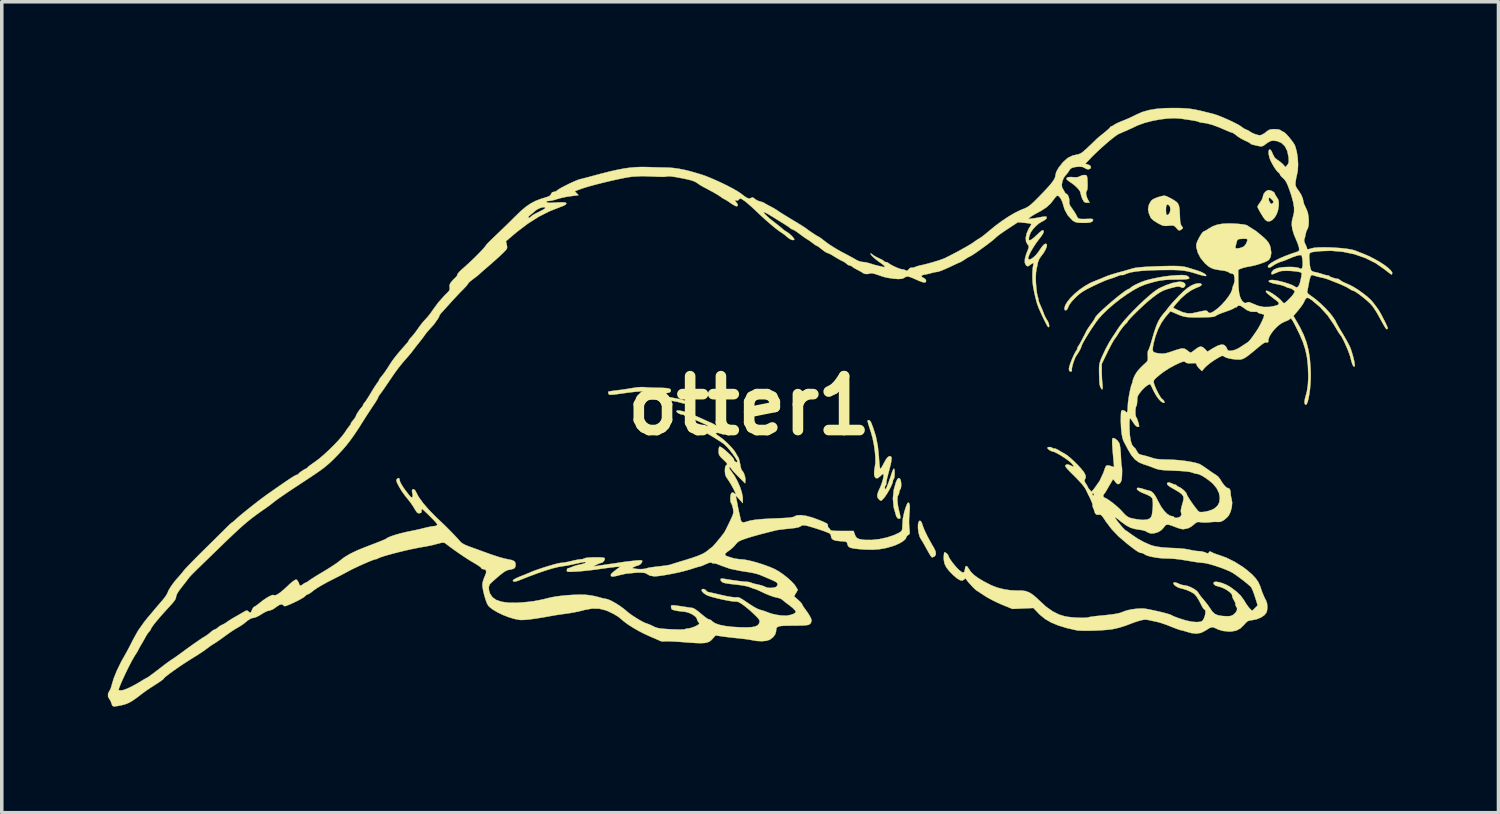
<source format=kicad_pcb>
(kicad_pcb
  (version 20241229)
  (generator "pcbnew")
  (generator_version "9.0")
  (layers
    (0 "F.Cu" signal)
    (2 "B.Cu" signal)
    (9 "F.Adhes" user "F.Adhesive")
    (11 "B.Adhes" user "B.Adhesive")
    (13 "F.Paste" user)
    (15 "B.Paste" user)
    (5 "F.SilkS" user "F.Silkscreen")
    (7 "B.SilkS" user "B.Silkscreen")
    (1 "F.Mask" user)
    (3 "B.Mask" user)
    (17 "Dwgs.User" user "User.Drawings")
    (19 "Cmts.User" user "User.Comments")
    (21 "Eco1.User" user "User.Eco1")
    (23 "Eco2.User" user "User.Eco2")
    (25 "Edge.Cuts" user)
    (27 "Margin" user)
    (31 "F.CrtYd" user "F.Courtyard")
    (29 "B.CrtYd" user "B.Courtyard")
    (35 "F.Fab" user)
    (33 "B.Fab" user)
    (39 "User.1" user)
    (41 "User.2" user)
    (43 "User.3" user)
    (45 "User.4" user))
  (footprint "otter1"
    (layer "F.Cu")
    (at 18.135 8.422)
    (property "Reference" "otter1" (at 0 0 0) (layer "F.SilkS") (effects (font (size 1.524 1.524) (thickness 0.3))))
    (attr through_hole)
    (fp_poly (pts (xy 4.249 2.053) (xy 4.267 2.07) (xy 4.289 2.123) (xy 4.299 2.201) (xy 4.298 2.283) (xy 4.284 2.348) (xy 4.271 2.368) (xy 4.247 2.416) (xy 4.242 2.455) (xy 4.232 2.506) (xy 4.216 2.527) (xy 4.199 2.565) (xy 4.192 2.64) (xy 4.197 2.74) (xy 4.212 2.855) (xy 4.238 2.971) (xy 4.241 2.983) (xy 4.263 3.073) (xy 4.276 3.143) (xy 4.277 3.179) (xy 4.277 3.18) (xy 4.241 3.201) (xy 4.199 3.183) (xy 4.163 3.133) (xy 4.162 3.131) (xy 4.089 2.881) (xy 4.065 2.627) (xy 4.09 2.376) (xy 4.147 2.177) (xy 4.184 2.091) (xy 4.217 2.05) (xy 4.249 2.053)) (stroke (width 0.01) (type solid)) (fill yes) (layer "F.SilkS"))
    (fp_poly (pts (xy 4.851 3.262) (xy 4.882 3.313) (xy 4.901 3.371) (xy 4.93 3.454) (xy 4.979 3.567) (xy 5.045 3.701) (xy 5.121 3.842) (xy 5.2 3.98) (xy 5.224 4.019) (xy 5.271 4.118) (xy 5.28 4.199) (xy 5.251 4.255) (xy 5.234 4.266) (xy 5.186 4.288) (xy 5.158 4.281) (xy 5.126 4.237) (xy 5.125 4.235) (xy 5.095 4.186) (xy 5.05 4.107) (xy 4.999 4.015) (xy 4.991 4) (xy 4.942 3.911) (xy 4.898 3.836) (xy 4.868 3.789) (xy 4.864 3.785) (xy 4.822 3.706) (xy 4.792 3.596) (xy 4.775 3.476) (xy 4.775 3.364) (xy 4.791 3.291) (xy 4.818 3.254) (xy 4.851 3.262)) (stroke (width 0.01) (type solid)) (fill yes) (layer "F.SilkS"))
    (fp_poly (pts (xy 9.525 -6.517) (xy 9.546 -6.502) (xy 9.558 -6.467) (xy 9.565 -6.402) (xy 9.569 -6.307) (xy 9.57 -6.201) (xy 9.564 -6.124) (xy 9.553 -6.085) (xy 9.551 -6.084) (xy 9.528 -6.042) (xy 9.529 -5.972) (xy 9.553 -5.886) (xy 9.576 -5.835) (xy 9.627 -5.74) (xy 9.549 -5.74) (xy 9.498 -5.747) (xy 9.462 -5.776) (xy 9.427 -5.84) (xy 9.423 -5.848) (xy 9.393 -5.926) (xy 9.375 -5.994) (xy 9.373 -6.013) (xy 9.352 -6.069) (xy 9.297 -6.141) (xy 9.217 -6.219) (xy 9.122 -6.293) (xy 9.094 -6.311) (xy 9.031 -6.355) (xy 8.986 -6.392) (xy 8.978 -6.403) (xy 8.976 -6.438) (xy 9.017 -6.46) (xy 9.095 -6.467) (xy 9.16 -6.462) (xy 9.256 -6.457) (xy 9.324 -6.472) (xy 9.355 -6.489) (xy 9.427 -6.518) (xy 9.49 -6.523) (xy 9.525 -6.517)) (stroke (width 0.01) (type solid)) (fill yes) (layer "F.SilkS"))
    (fp_poly (pts (xy 14.748 -6.085) (xy 14.809 -6.058) (xy 14.851 -6.026) (xy 14.859 -6.008) (xy 14.873 -5.971) (xy 14.908 -5.913) (xy 14.921 -5.894) (xy 14.957 -5.837) (xy 14.974 -5.78) (xy 14.977 -5.701) (xy 14.975 -5.654) (xy 14.955 -5.525) (xy 14.914 -5.41) (xy 14.857 -5.316) (xy 14.79 -5.248) (xy 14.72 -5.213) (xy 14.65 -5.216) (xy 14.595 -5.254) (xy 14.555 -5.306) (xy 14.506 -5.381) (xy 14.456 -5.464) (xy 14.412 -5.542) (xy 14.383 -5.602) (xy 14.376 -5.626) (xy 14.391 -5.663) (xy 14.429 -5.722) (xy 14.453 -5.753) (xy 14.499 -5.825) (xy 14.513 -5.862) (xy 14.693 -5.862) (xy 14.695 -5.813) (xy 14.721 -5.754) (xy 14.754 -5.71) (xy 14.78 -5.705) (xy 14.805 -5.726) (xy 14.827 -5.756) (xy 14.82 -5.786) (xy 14.78 -5.831) (xy 14.777 -5.834) (xy 14.731 -5.876) (xy 14.706 -5.882) (xy 14.693 -5.862) (xy 14.513 -5.862) (xy 14.526 -5.895) (xy 14.529 -5.917) (xy 14.548 -5.984) (xy 14.596 -6.047) (xy 14.655 -6.089) (xy 14.688 -6.096) (xy 14.748 -6.085)) (stroke (width 0.01) (type solid)) (fill yes) (layer "F.SilkS"))
    (fp_poly (pts (xy 11.793 -5.925) (xy 11.867 -5.892) (xy 11.955 -5.846) (xy 11.967 -5.839) (xy 12.045 -5.791) (xy 12.101 -5.747) (xy 12.137 -5.697) (xy 12.159 -5.631) (xy 12.172 -5.537) (xy 12.179 -5.406) (xy 12.181 -5.351) (xy 12.187 -5.23) (xy 12.199 -5.15) (xy 12.218 -5.098) (xy 12.234 -5.075) (xy 12.265 -5.036) (xy 12.259 -5.012) (xy 12.231 -4.989) (xy 12.178 -4.957) (xy 12.14 -4.963) (xy 12.11 -4.992) (xy 12.056 -5.054) (xy 12.013 -5.086) (xy 11.963 -5.096) (xy 11.887 -5.091) (xy 11.863 -5.089) (xy 11.782 -5.083) (xy 11.72 -5.088) (xy 11.658 -5.108) (xy 11.578 -5.149) (xy 11.545 -5.168) (xy 11.433 -5.239) (xy 11.365 -5.303) (xy 11.349 -5.33) (xy 11.321 -5.4) (xy 11.301 -5.448) (xy 11.285 -5.537) (xy 11.786 -5.537) (xy 11.79 -5.443) (xy 11.803 -5.396) (xy 11.83 -5.391) (xy 11.873 -5.425) (xy 11.902 -5.481) (xy 11.912 -5.558) (xy 11.9 -5.628) (xy 11.882 -5.659) (xy 11.836 -5.691) (xy 11.806 -5.679) (xy 11.79 -5.62) (xy 11.786 -5.537) (xy 11.285 -5.537) (xy 11.281 -5.558) (xy 11.302 -5.675) (xy 11.357 -5.779) (xy 11.396 -5.82) (xy 11.452 -5.853) (xy 11.539 -5.889) (xy 11.634 -5.918) (xy 11.717 -5.936) (xy 11.748 -5.938) (xy 11.793 -5.925)) (stroke (width 0.01) (type solid)) (fill yes) (layer "F.SilkS"))
    (fp_poly (pts (xy 12.274 -3.491) (xy 12.323 -3.455) (xy 12.336 -3.406) (xy 12.31 -3.358) (xy 12.272 -3.332) (xy 12.23 -3.34) (xy 12.207 -3.351) (xy 12.17 -3.366) (xy 12.124 -3.369) (xy 12.058 -3.359) (xy 11.959 -3.335) (xy 11.934 -3.328) (xy 11.813 -3.293) (xy 11.713 -3.256) (xy 11.622 -3.209) (xy 11.526 -3.146) (xy 11.41 -3.059) (xy 11.354 -3.014) (xy 11.264 -2.939) (xy 11.163 -2.849) (xy 11.058 -2.751) (xy 10.954 -2.651) (xy 10.859 -2.557) (xy 10.78 -2.474) (xy 10.723 -2.41) (xy 10.695 -2.371) (xy 10.693 -2.365) (xy 10.679 -2.338) (xy 10.673 -2.337) (xy 10.649 -2.318) (xy 10.605 -2.268) (xy 10.55 -2.2) (xy 10.494 -2.124) (xy 10.446 -2.052) (xy 10.419 -2.007) (xy 10.375 -1.938) (xy 10.339 -1.892) (xy 10.311 -1.852) (xy 10.267 -1.775) (xy 10.212 -1.672) (xy 10.151 -1.553) (xy 10.131 -1.511) (xy 9.97 -1.181) (xy 9.971 -0.953) (xy 9.974 -0.83) (xy 9.98 -0.708) (xy 9.989 -0.609) (xy 9.991 -0.591) (xy 9.997 -0.506) (xy 9.989 -0.463) (xy 9.969 -0.465) (xy 9.94 -0.514) (xy 9.933 -0.529) (xy 9.913 -0.588) (xy 9.908 -0.625) (xy 9.907 -0.659) (xy 9.906 -0.66) (xy 9.904 -0.69) (xy 9.901 -0.758) (xy 9.898 -0.855) (xy 9.896 -0.927) (xy 9.895 -1.049) (xy 9.899 -1.137) (xy 9.913 -1.21) (xy 9.938 -1.286) (xy 9.973 -1.372) (xy 10.079 -1.601) (xy 10.188 -1.801) (xy 10.284 -1.952) (xy 10.342 -2.038) (xy 10.396 -2.121) (xy 10.425 -2.168) (xy 10.498 -2.272) (xy 10.6 -2.399) (xy 10.725 -2.539) (xy 10.865 -2.687) (xy 11.013 -2.835) (xy 11.162 -2.976) (xy 11.304 -3.103) (xy 11.433 -3.21) (xy 11.542 -3.288) (xy 11.595 -3.32) (xy 11.792 -3.409) (xy 11.975 -3.471) (xy 12.136 -3.502) (xy 12.196 -3.505) (xy 12.274 -3.491)) (stroke (width 0.01) (type solid)) (fill yes) (layer "F.SilkS"))
    (fp_poly (pts (xy 12.143 -3.947) (xy 12.237 -3.939) (xy 12.315 -3.927) (xy 12.384 -3.911) (xy 12.409 -3.903) (xy 12.509 -3.872) (xy 12.624 -3.836) (xy 12.679 -3.82) (xy 12.779 -3.783) (xy 12.86 -3.743) (xy 12.912 -3.706) (xy 12.926 -3.675) (xy 12.922 -3.668) (xy 12.891 -3.667) (xy 12.825 -3.68) (xy 12.734 -3.704) (xy 12.694 -3.717) (xy 12.538 -3.765) (xy 12.407 -3.798) (xy 12.286 -3.82) (xy 12.158 -3.832) (xy 12.007 -3.838) (xy 11.862 -3.838) (xy 11.559 -3.835) (xy 11.304 -3.826) (xy 11.091 -3.812) (xy 10.918 -3.793) (xy 10.78 -3.767) (xy 10.673 -3.734) (xy 10.621 -3.711) (xy 10.57 -3.693) (xy 10.542 -3.695) (xy 10.507 -3.694) (xy 10.445 -3.675) (xy 10.409 -3.66) (xy 10.311 -3.621) (xy 10.207 -3.587) (xy 10.185 -3.581) (xy 10.121 -3.559) (xy 10.023 -3.519) (xy 9.903 -3.466) (xy 9.774 -3.406) (xy 9.73 -3.385) (xy 9.585 -3.313) (xy 9.475 -3.253) (xy 9.388 -3.197) (xy 9.312 -3.137) (xy 9.236 -3.067) (xy 9.22 -3.051) (xy 9.117 -2.941) (xy 9.051 -2.848) (xy 9.026 -2.794) (xy 8.999 -2.732) (xy 8.964 -2.699) (xy 8.933 -2.697) (xy 8.916 -2.733) (xy 8.915 -2.748) (xy 8.937 -2.834) (xy 8.997 -2.936) (xy 9.089 -3.049) (xy 9.206 -3.165) (xy 9.34 -3.277) (xy 9.487 -3.379) (xy 9.638 -3.465) (xy 9.653 -3.472) (xy 9.711 -3.498) (xy 9.796 -3.533) (xy 9.855 -3.557) (xy 9.954 -3.596) (xy 10.052 -3.637) (xy 10.097 -3.656) (xy 10.165 -3.682) (xy 10.267 -3.715) (xy 10.385 -3.75) (xy 10.452 -3.769) (xy 10.576 -3.802) (xy 10.696 -3.837) (xy 10.796 -3.866) (xy 10.833 -3.878) (xy 10.91 -3.896) (xy 11.024 -3.911) (xy 11.177 -3.924) (xy 11.376 -3.934) (xy 11.468 -3.938) (xy 11.695 -3.946) (xy 11.879 -3.95) (xy 12.026 -3.95) (xy 12.143 -3.947)) (stroke (width 0.01) (type solid)) (fill yes) (layer "F.SilkS"))
    (fp_poly (pts (xy -2.974 -0.525) (xy -2.967 -0.524) (xy -2.892 -0.517) (xy -2.784 -0.511) (xy -2.663 -0.507) (xy -2.616 -0.507) (xy -2.46 -0.504) (xy -2.348 -0.498) (xy -2.274 -0.487) (xy -2.232 -0.469) (xy -2.215 -0.444) (xy -2.215 -0.422) (xy -2.227 -0.39) (xy -2.261 -0.37) (xy -2.328 -0.357) (xy -2.365 -0.353) (xy -2.47 -0.338) (xy -2.532 -0.321) (xy -2.548 -0.303) (xy -2.518 -0.287) (xy -2.464 -0.276) (xy -2.396 -0.266) (xy -2.307 -0.25) (xy -2.188 -0.228) (xy -2.033 -0.198) (xy -1.887 -0.169) (xy -1.844 -0.15) (xy -1.838 -0.145) (xy -1.801 -0.13) (xy -1.766 -0.127) (xy -1.706 -0.112) (xy -1.662 -0.075) (xy -1.651 -0.046) (xy -1.671 -0.03) (xy -1.714 -0.026) (xy -1.753 -0.036) (xy -1.758 -0.04) (xy -1.792 -0.054) (xy -1.832 -0.062) (xy -1.897 -0.073) (xy -1.93 -0.083) (xy -2.023 -0.108) (xy -2.143 -0.131) (xy -2.28 -0.15) (xy -2.424 -0.165) (xy -2.567 -0.175) (xy -2.699 -0.179) (xy -2.81 -0.178) (xy -2.891 -0.17) (xy -2.932 -0.155) (xy -2.934 -0.152) (xy -2.968 -0.139) (xy -3.026 -0.147) (xy -3.086 -0.171) (xy -3.12 -0.195) (xy -3.138 -0.239) (xy -3.111 -0.279) (xy -3.046 -0.309) (xy -3.028 -0.314) (xy -2.957 -0.328) (xy -2.87 -0.346) (xy -2.857 -0.349) (xy -2.798 -0.366) (xy -2.781 -0.383) (xy -2.787 -0.389) (xy -2.84 -0.403) (xy -2.934 -0.408) (xy -3.062 -0.405) (xy -3.214 -0.394) (xy -3.383 -0.375) (xy -3.429 -0.369) (xy -3.605 -0.344) (xy -3.737 -0.326) (xy -3.832 -0.314) (xy -3.897 -0.309) (xy -3.937 -0.309) (xy -3.96 -0.315) (xy -3.971 -0.326) (xy -3.978 -0.341) (xy -3.986 -0.383) (xy -3.982 -0.395) (xy -3.953 -0.404) (xy -3.885 -0.415) (xy -3.792 -0.428) (xy -3.744 -0.433) (xy -3.603 -0.451) (xy -3.447 -0.474) (xy -3.306 -0.498) (xy -3.297 -0.499) (xy -3.174 -0.518) (xy -3.06 -0.526) (xy -2.974 -0.525)) (stroke (width 0.01) (type solid)) (fill yes) (layer "F.SilkS"))
    (fp_poly (pts (xy 3.428 0.439) (xy 3.454 0.489) (xy 3.482 0.562) (xy 3.505 0.622) (xy 3.505 0.622) (xy 3.583 0.866) (xy 3.638 1.144) (xy 3.67 1.46) (xy 3.672 1.505) (xy 3.681 1.626) (xy 3.691 1.718) (xy 3.702 1.775) (xy 3.711 1.789) (xy 3.734 1.76) (xy 3.771 1.699) (xy 3.808 1.629) (xy 3.87 1.518) (xy 3.922 1.453) (xy 3.969 1.428) (xy 4.001 1.432) (xy 4.021 1.452) (xy 4.027 1.496) (xy 4.02 1.569) (xy 3.998 1.676) (xy 3.961 1.823) (xy 3.936 1.916) (xy 3.908 2.024) (xy 3.887 2.116) (xy 3.877 2.178) (xy 3.878 2.199) (xy 3.872 2.238) (xy 3.863 2.247) (xy 3.842 2.278) (xy 3.836 2.323) (xy 3.844 2.357) (xy 3.855 2.362) (xy 3.874 2.339) (xy 3.904 2.272) (xy 3.944 2.167) (xy 3.992 2.03) (xy 4.026 1.924) (xy 4.054 1.847) (xy 4.079 1.794) (xy 4.094 1.778) (xy 4.106 1.8) (xy 4.113 1.856) (xy 4.114 1.928) (xy 4.109 1.999) (xy 4.099 2.053) (xy 4.089 2.07) (xy 4.068 2.106) (xy 4.064 2.138) (xy 4.051 2.192) (xy 4.016 2.275) (xy 3.966 2.373) (xy 3.909 2.472) (xy 3.852 2.56) (xy 3.813 2.61) (xy 3.764 2.664) (xy 3.735 2.686) (xy 3.711 2.682) (xy 3.68 2.66) (xy 3.632 2.602) (xy 3.622 2.529) (xy 3.65 2.432) (xy 3.673 2.383) (xy 3.717 2.285) (xy 3.755 2.182) (xy 3.784 2.084) (xy 3.8 2.003) (xy 3.802 1.948) (xy 3.789 1.93) (xy 3.759 1.947) (xy 3.714 1.988) (xy 3.707 1.995) (xy 3.641 2.047) (xy 3.586 2.051) (xy 3.549 2.009) (xy 3.535 1.945) (xy 3.536 1.852) (xy 3.55 1.753) (xy 3.554 1.737) (xy 3.57 1.62) (xy 3.57 1.468) (xy 3.556 1.293) (xy 3.529 1.106) (xy 3.492 0.92) (xy 3.444 0.748) (xy 3.431 0.708) (xy 3.395 0.598) (xy 3.367 0.506) (xy 3.351 0.443) (xy 3.349 0.419) (xy 3.388 0.406) (xy 3.428 0.439)) (stroke (width 0.01) (type solid)) (fill yes) (layer "F.SilkS"))
    (fp_poly (pts (xy 12.324 -3.688) (xy 12.38 -3.674) (xy 12.409 -3.657) (xy 12.441 -3.624) (xy 12.445 -3.6) (xy 12.415 -3.584) (xy 12.348 -3.574) (xy 12.238 -3.569) (xy 12.109 -3.567) (xy 11.924 -3.565) (xy 11.774 -3.557) (xy 11.642 -3.542) (xy 11.513 -3.517) (xy 11.372 -3.479) (xy 11.2 -3.427) (xy 11.189 -3.423) (xy 11.042 -3.363) (xy 10.872 -3.271) (xy 10.687 -3.154) (xy 10.496 -3.019) (xy 10.309 -2.872) (xy 10.135 -2.721) (xy 9.983 -2.572) (xy 9.875 -2.45) (xy 9.814 -2.369) (xy 9.743 -2.266) (xy 9.666 -2.151) (xy 9.59 -2.032) (xy 9.52 -1.918) (xy 9.461 -1.817) (xy 9.419 -1.738) (xy 9.399 -1.69) (xy 9.398 -1.684) (xy 9.385 -1.644) (xy 9.354 -1.578) (xy 9.312 -1.505) (xy 9.27 -1.44) (xy 9.257 -1.422) (xy 9.225 -1.368) (xy 9.191 -1.285) (xy 9.159 -1.192) (xy 9.135 -1.103) (xy 9.124 -1.037) (xy 9.126 -1.017) (xy 9.125 -0.976) (xy 9.091 -0.965) (xy 9.055 -0.979) (xy 9.043 -1.028) (xy 9.042 -1.039) (xy 9.053 -1.102) (xy 9.083 -1.194) (xy 9.124 -1.302) (xy 9.171 -1.411) (xy 9.219 -1.505) (xy 9.25 -1.556) (xy 9.279 -1.602) (xy 9.283 -1.625) (xy 9.281 -1.626) (xy 9.281 -1.642) (xy 9.3 -1.67) (xy 9.333 -1.719) (xy 9.375 -1.792) (xy 9.394 -1.829) (xy 9.432 -1.903) (xy 9.463 -1.963) (xy 9.473 -1.981) (xy 9.503 -2.038) (xy 9.511 -2.057) (xy 9.542 -2.119) (xy 9.591 -2.198) (xy 9.665 -2.303) (xy 9.684 -2.329) (xy 9.734 -2.399) (xy 9.768 -2.454) (xy 9.78 -2.48) (xy 9.8 -2.516) (xy 9.853 -2.576) (xy 9.934 -2.657) (xy 10.034 -2.75) (xy 10.148 -2.852) (xy 10.268 -2.955) (xy 10.388 -3.055) (xy 10.501 -3.145) (xy 10.601 -3.22) (xy 10.679 -3.273) (xy 10.731 -3.3) (xy 10.741 -3.302) (xy 10.777 -3.321) (xy 10.787 -3.334) (xy 10.825 -3.366) (xy 10.9 -3.409) (xy 11.002 -3.458) (xy 11.12 -3.508) (xy 11.138 -3.515) (xy 11.256 -3.553) (xy 11.409 -3.591) (xy 11.582 -3.626) (xy 11.761 -3.656) (xy 11.93 -3.676) (xy 11.958 -3.679) (xy 12.12 -3.69) (xy 12.24 -3.694) (xy 12.324 -3.688)) (stroke (width 0.01) (type solid)) (fill yes) (layer "F.SilkS"))
    (fp_poly (pts (xy 12.161 -8.416) (xy 12.323 -8.409) (xy 12.467 -8.396) (xy 12.61 -8.373) (xy 12.766 -8.339) (xy 12.852 -8.318) (xy 12.961 -8.291) (xy 13.074 -8.263) (xy 13.119 -8.252) (xy 13.21 -8.224) (xy 13.327 -8.18) (xy 13.458 -8.125) (xy 13.593 -8.065) (xy 13.72 -8.003) (xy 13.829 -7.947) (xy 13.907 -7.899) (xy 13.934 -7.878) (xy 13.997 -7.834) (xy 14.048 -7.811) (xy 14.112 -7.783) (xy 14.148 -7.759) (xy 14.214 -7.718) (xy 14.304 -7.679) (xy 14.394 -7.652) (xy 14.445 -7.645) (xy 14.501 -7.662) (xy 14.572 -7.703) (xy 14.61 -7.733) (xy 14.676 -7.784) (xy 14.734 -7.81) (xy 14.806 -7.819) (xy 14.861 -7.82) (xy 14.967 -7.812) (xy 15.029 -7.791) (xy 15.038 -7.783) (xy 15.08 -7.752) (xy 15.101 -7.747) (xy 15.136 -7.728) (xy 15.191 -7.677) (xy 15.256 -7.605) (xy 15.323 -7.524) (xy 15.383 -7.443) (xy 15.427 -7.372) (xy 15.441 -7.341) (xy 15.486 -7.178) (xy 15.513 -6.998) (xy 15.523 -6.816) (xy 15.514 -6.651) (xy 15.495 -6.553) (xy 15.472 -6.452) (xy 15.454 -6.345) (xy 15.452 -6.325) (xy 15.448 -6.257) (xy 15.459 -6.203) (xy 15.491 -6.144) (xy 15.541 -6.075) (xy 15.607 -5.972) (xy 15.651 -5.873) (xy 15.66 -5.835) (xy 15.676 -5.759) (xy 15.692 -5.7) (xy 15.696 -5.691) (xy 15.718 -5.645) (xy 15.751 -5.575) (xy 15.769 -5.537) (xy 15.8 -5.447) (xy 15.819 -5.334) (xy 15.826 -5.216) (xy 15.82 -5.107) (xy 15.802 -5.024) (xy 15.787 -4.995) (xy 15.76 -4.94) (xy 15.738 -4.863) (xy 15.734 -4.843) (xy 15.719 -4.767) (xy 15.701 -4.71) (xy 15.697 -4.7) (xy 15.695 -4.652) (xy 15.721 -4.581) (xy 15.725 -4.574) (xy 15.756 -4.509) (xy 15.773 -4.459) (xy 15.773 -4.452) (xy 15.784 -4.425) (xy 15.82 -4.424) (xy 15.892 -4.446) (xy 15.972 -4.464) (xy 16.091 -4.475) (xy 16.239 -4.478) (xy 16.406 -4.476) (xy 16.58 -4.467) (xy 16.75 -4.454) (xy 16.906 -4.436) (xy 17.038 -4.414) (xy 17.135 -4.388) (xy 17.145 -4.384) (xy 17.218 -4.354) (xy 17.314 -4.316) (xy 17.385 -4.288) (xy 17.537 -4.223) (xy 17.687 -4.146) (xy 17.831 -4.064) (xy 17.959 -3.981) (xy 18.065 -3.901) (xy 18.141 -3.829) (xy 18.181 -3.771) (xy 18.185 -3.753) (xy 18.177 -3.715) (xy 18.167 -3.708) (xy 18.141 -3.724) (xy 18.085 -3.764) (xy 18.009 -3.823) (xy 17.968 -3.856) (xy 17.713 -4.033) (xy 17.426 -4.176) (xy 17.115 -4.284) (xy 16.788 -4.352) (xy 16.453 -4.381) (xy 16.167 -4.371) (xy 16.031 -4.358) (xy 15.938 -4.346) (xy 15.879 -4.329) (xy 15.849 -4.3) (xy 15.838 -4.255) (xy 15.839 -4.188) (xy 15.843 -4.132) (xy 15.853 -3.997) (xy 15.866 -3.903) (xy 15.885 -3.843) (xy 15.913 -3.807) (xy 15.955 -3.788) (xy 15.991 -3.78) (xy 16.081 -3.76) (xy 16.18 -3.731) (xy 16.202 -3.723) (xy 16.28 -3.699) (xy 16.344 -3.684) (xy 16.361 -3.683) (xy 16.4 -3.674) (xy 16.408 -3.663) (xy 16.43 -3.647) (xy 16.483 -3.626) (xy 16.549 -3.605) (xy 16.609 -3.59) (xy 16.645 -3.587) (xy 16.647 -3.588) (xy 16.672 -3.579) (xy 16.704 -3.555) (xy 16.765 -3.513) (xy 16.815 -3.488) (xy 16.88 -3.459) (xy 16.961 -3.423) (xy 16.977 -3.416) (xy 17.09 -3.358) (xy 17.218 -3.278) (xy 17.349 -3.185) (xy 17.471 -3.09) (xy 17.571 -3) (xy 17.629 -2.936) (xy 17.69 -2.856) (xy 17.745 -2.783) (xy 17.775 -2.743) (xy 17.81 -2.69) (xy 17.856 -2.609) (xy 17.908 -2.512) (xy 17.96 -2.411) (xy 18.007 -2.316) (xy 18.041 -2.24) (xy 18.059 -2.193) (xy 18.059 -2.187) (xy 18.043 -2.163) (xy 18.031 -2.164) (xy 18.018 -2.171) (xy 18.003 -2.187) (xy 17.981 -2.219) (xy 17.949 -2.273) (xy 17.903 -2.355) (xy 17.838 -2.473) (xy 17.796 -2.551) (xy 17.735 -2.655) (xy 17.668 -2.758) (xy 17.609 -2.838) (xy 17.553 -2.897) (xy 17.475 -2.969) (xy 17.384 -3.046) (xy 17.29 -3.12) (xy 17.203 -3.184) (xy 17.132 -3.23) (xy 17.087 -3.251) (xy 17.083 -3.251) (xy 17.04 -3.265) (xy 16.99 -3.296) (xy 16.888 -3.357) (xy 16.74 -3.425) (xy 16.637 -3.467) (xy 16.537 -3.506) (xy 16.432 -3.548) (xy 16.408 -3.558) (xy 16.314 -3.592) (xy 16.218 -3.618) (xy 16.192 -3.623) (xy 16.096 -3.644) (xy 16 -3.671) (xy 15.995 -3.673) (xy 15.932 -3.693) (xy 15.899 -3.69) (xy 15.88 -3.662) (xy 15.874 -3.65) (xy 15.856 -3.594) (xy 15.836 -3.51) (xy 15.826 -3.454) (xy 15.809 -3.363) (xy 15.793 -3.282) (xy 15.785 -3.25) (xy 15.782 -3.207) (xy 15.802 -3.171) (xy 15.855 -3.129) (xy 15.879 -3.112) (xy 16.017 -3.011) (xy 16.166 -2.883) (xy 16.309 -2.744) (xy 16.43 -2.61) (xy 16.463 -2.569) (xy 16.52 -2.49) (xy 16.564 -2.426) (xy 16.585 -2.389) (xy 16.586 -2.384) (xy 16.599 -2.356) (xy 16.633 -2.293) (xy 16.684 -2.203) (xy 16.748 -2.094) (xy 16.778 -2.045) (xy 16.85 -1.922) (xy 16.916 -1.805) (xy 16.968 -1.705) (xy 17.002 -1.633) (xy 17.008 -1.619) (xy 17.047 -1.498) (xy 17.082 -1.377) (xy 17.108 -1.267) (xy 17.123 -1.179) (xy 17.126 -1.123) (xy 17.122 -1.11) (xy 17.095 -1.108) (xy 17.064 -1.156) (xy 17.031 -1.254) (xy 17.004 -1.364) (xy 16.98 -1.442) (xy 16.943 -1.543) (xy 16.896 -1.656) (xy 16.846 -1.769) (xy 16.796 -1.872) (xy 16.753 -1.953) (xy 16.72 -2) (xy 16.714 -2.007) (xy 16.694 -2.032) (xy 16.655 -2.093) (xy 16.603 -2.18) (xy 16.541 -2.284) (xy 16.54 -2.286) (xy 16.359 -2.552) (xy 16.143 -2.79) (xy 15.917 -2.981) (xy 15.836 -3.036) (xy 15.782 -3.053) (xy 15.742 -3.029) (xy 15.705 -2.964) (xy 15.695 -2.939) (xy 15.663 -2.881) (xy 15.607 -2.8) (xy 15.54 -2.713) (xy 15.526 -2.697) (xy 15.391 -2.536) (xy 15.44 -2.455) (xy 15.576 -2.216) (xy 15.683 -1.997) (xy 15.762 -1.785) (xy 15.818 -1.568) (xy 15.855 -1.332) (xy 15.875 -1.067) (xy 15.881 -0.914) (xy 15.88 -0.764) (xy 15.872 -0.608) (xy 15.858 -0.455) (xy 15.838 -0.314) (xy 15.815 -0.192) (xy 15.79 -0.098) (xy 15.763 -0.04) (xy 15.742 -0.025) (xy 15.712 -0.047) (xy 15.704 -0.107) (xy 15.717 -0.196) (xy 15.729 -0.238) (xy 15.774 -0.411) (xy 15.8 -0.582) (xy 15.811 -0.772) (xy 15.811 -0.864) (xy 15.801 -1.133) (xy 15.775 -1.368) (xy 15.73 -1.582) (xy 15.663 -1.792) (xy 15.569 -2.012) (xy 15.541 -2.07) (xy 15.466 -2.222) (xy 15.409 -2.333) (xy 15.367 -2.407) (xy 15.337 -2.45) (xy 15.314 -2.467) (xy 15.296 -2.462) (xy 15.279 -2.44) (xy 15.248 -2.419) (xy 15.186 -2.392) (xy 15.143 -2.376) (xy 15.048 -2.328) (xy 14.947 -2.251) (xy 14.851 -2.155) (xy 14.769 -2.051) (xy 14.709 -1.95) (xy 14.682 -1.863) (xy 14.681 -1.849) (xy 14.676 -1.798) (xy 14.653 -1.785) (xy 14.631 -1.79) (xy 14.594 -1.789) (xy 14.54 -1.761) (xy 14.463 -1.704) (xy 14.392 -1.646) (xy 14.254 -1.53) (xy 14.147 -1.444) (xy 14.065 -1.382) (xy 14 -1.342) (xy 13.947 -1.318) (xy 13.898 -1.307) (xy 13.862 -1.304) (xy 13.755 -1.308) (xy 13.642 -1.322) (xy 13.539 -1.344) (xy 13.461 -1.372) (xy 13.433 -1.389) (xy 13.401 -1.409) (xy 13.364 -1.406) (xy 13.305 -1.378) (xy 13.293 -1.372) (xy 13.154 -1.288) (xy 13.026 -1.199) (xy 12.924 -1.113) (xy 12.873 -1.061) (xy 12.805 -0.978) (xy 12.727 -1.053) (xy 12.678 -1.109) (xy 12.651 -1.158) (xy 12.649 -1.169) (xy 12.641 -1.193) (xy 12.609 -1.203) (xy 12.542 -1.202) (xy 12.514 -1.199) (xy 12.421 -1.197) (xy 12.364 -1.211) (xy 12.338 -1.229) (xy 12.316 -1.245) (xy 12.288 -1.249) (xy 12.244 -1.238) (xy 12.173 -1.21) (xy 12.068 -1.161) (xy 12.06 -1.157) (xy 11.892 -1.068) (xy 11.725 -0.96) (xy 11.625 -0.885) (xy 11.535 -0.81) (xy 11.478 -0.757) (xy 11.448 -0.718) (xy 11.439 -0.685) (xy 11.442 -0.648) (xy 11.46 -0.586) (xy 11.495 -0.502) (xy 11.539 -0.409) (xy 11.586 -0.319) (xy 11.63 -0.245) (xy 11.664 -0.2) (xy 11.674 -0.193) (xy 11.711 -0.162) (xy 11.734 -0.128) (xy 11.749 -0.09) (xy 11.728 -0.082) (xy 11.708 -0.084) (xy 11.652 -0.114) (xy 11.586 -0.182) (xy 11.515 -0.279) (xy 11.448 -0.397) (xy 11.42 -0.455) (xy 11.383 -0.533) (xy 11.354 -0.589) (xy 11.338 -0.61) (xy 11.284 -0.59) (xy 11.212 -0.539) (xy 11.132 -0.464) (xy 11.081 -0.405) (xy 11.021 -0.328) (xy 10.989 -0.268) (xy 10.975 -0.206) (xy 10.973 -0.138) (xy 10.968 -0.059) (xy 10.957 -0.003) (xy 10.947 0.013) (xy 10.934 0.045) (xy 10.925 0.109) (xy 10.922 0.186) (xy 10.925 0.258) (xy 10.934 0.306) (xy 10.939 0.313) (xy 10.961 0.351) (xy 10.986 0.414) (xy 11.009 0.487) (xy 11.024 0.552) (xy 11.027 0.592) (xy 11.024 0.597) (xy 10.976 0.599) (xy 10.918 0.555) (xy 10.856 0.468) (xy 10.855 0.467) (xy 10.814 0.403) (xy 10.781 0.363) (xy 10.769 0.356) (xy 10.761 0.379) (xy 10.756 0.444) (xy 10.754 0.538) (xy 10.755 0.641) (xy 10.766 0.836) (xy 10.79 0.991) (xy 10.826 1.103) (xy 10.873 1.168) (xy 10.885 1.176) (xy 10.923 1.214) (xy 10.959 1.277) (xy 10.963 1.285) (xy 11.01 1.357) (xy 11.068 1.385) (xy 11.222 1.422) (xy 11.377 1.468) (xy 11.437 1.489) (xy 11.52 1.507) (xy 11.647 1.519) (xy 11.812 1.524) (xy 11.833 1.524) (xy 11.988 1.529) (xy 12.158 1.542) (xy 12.33 1.562) (xy 12.49 1.588) (xy 12.626 1.616) (xy 12.725 1.646) (xy 12.725 1.646) (xy 12.776 1.673) (xy 12.852 1.721) (xy 12.939 1.781) (xy 12.958 1.794) (xy 13.048 1.859) (xy 13.133 1.916) (xy 13.196 1.956) (xy 13.204 1.96) (xy 13.269 2.013) (xy 13.322 2.083) (xy 13.324 2.087) (xy 13.372 2.167) (xy 13.427 2.241) (xy 13.479 2.298) (xy 13.519 2.324) (xy 13.523 2.325) (xy 13.581 2.346) (xy 13.61 2.408) (xy 13.614 2.462) (xy 13.622 2.551) (xy 13.641 2.635) (xy 13.642 2.638) (xy 13.659 2.744) (xy 13.648 2.871) (xy 13.614 2.998) (xy 13.562 3.105) (xy 13.53 3.145) (xy 13.428 3.235) (xy 13.333 3.284) (xy 13.253 3.289) (xy 13.198 3.285) (xy 13.113 3.288) (xy 13.03 3.296) (xy 12.925 3.304) (xy 12.825 3.303) (xy 12.767 3.296) (xy 12.704 3.288) (xy 12.657 3.298) (xy 12.606 3.334) (xy 12.571 3.365) (xy 12.499 3.42) (xy 12.43 3.459) (xy 12.402 3.468) (xy 12.331 3.483) (xy 12.282 3.493) (xy 12.234 3.489) (xy 12.157 3.469) (xy 12.079 3.442) (xy 11.96 3.396) (xy 11.878 3.369) (xy 11.823 3.362) (xy 11.784 3.375) (xy 11.751 3.408) (xy 11.724 3.447) (xy 11.651 3.524) (xy 11.554 3.58) (xy 11.449 3.61) (xy 11.348 3.612) (xy 11.266 3.581) (xy 11.255 3.572) (xy 11.202 3.544) (xy 11.13 3.523) (xy 11.125 3.522) (xy 11.046 3.509) (xy 10.947 3.493) (xy 10.903 3.485) (xy 10.788 3.452) (xy 10.663 3.386) (xy 10.521 3.284) (xy 10.443 3.22) (xy 10.389 3.178) (xy 10.352 3.159) (xy 10.345 3.16) (xy 10.354 3.183) (xy 10.389 3.233) (xy 10.441 3.3) (xy 10.501 3.374) (xy 10.56 3.443) (xy 10.61 3.497) (xy 10.642 3.527) (xy 10.648 3.529) (xy 10.675 3.544) (xy 10.731 3.583) (xy 10.806 3.638) (xy 10.829 3.654) (xy 10.989 3.762) (xy 11.169 3.861) (xy 11.346 3.938) (xy 11.405 3.958) (xy 11.519 3.985) (xy 11.671 4.006) (xy 11.865 4.021) (xy 12.04 4.028) (xy 12.171 4.035) (xy 12.303 4.048) (xy 12.415 4.065) (xy 12.459 4.075) (xy 12.562 4.097) (xy 12.666 4.111) (xy 12.72 4.114) (xy 12.809 4.124) (xy 12.89 4.147) (xy 12.903 4.153) (xy 12.956 4.176) (xy 12.983 4.173) (xy 13 4.15) (xy 13.022 4.123) (xy 13.054 4.129) (xy 13.084 4.146) (xy 13.146 4.176) (xy 13.23 4.206) (xy 13.259 4.215) (xy 13.491 4.297) (xy 13.731 4.416) (xy 13.963 4.562) (xy 14.079 4.65) (xy 14.22 4.771) (xy 14.323 4.881) (xy 14.398 4.989) (xy 14.451 5.107) (xy 14.464 5.144) (xy 14.492 5.227) (xy 14.517 5.297) (xy 14.527 5.321) (xy 14.553 5.381) (xy 14.566 5.41) (xy 14.59 5.46) (xy 14.618 5.512) (xy 14.646 5.594) (xy 14.654 5.699) (xy 14.644 5.801) (xy 14.628 5.849) (xy 14.571 5.923) (xy 14.475 5.988) (xy 14.357 6.037) (xy 14.244 6.061) (xy 14.158 6.073) (xy 14.099 6.094) (xy 14.049 6.135) (xy 13.992 6.199) (xy 13.888 6.3) (xy 13.775 6.36) (xy 13.64 6.385) (xy 13.551 6.385) (xy 13.401 6.37) (xy 13.272 6.333) (xy 13.176 6.288) (xy 13.124 6.267) (xy 13.074 6.266) (xy 13.014 6.29) (xy 12.93 6.342) (xy 12.906 6.358) (xy 12.783 6.422) (xy 12.654 6.446) (xy 12.509 6.431) (xy 12.411 6.404) (xy 12.323 6.377) (xy 12.253 6.357) (xy 12.215 6.35) (xy 12.18 6.341) (xy 12.11 6.317) (xy 12.014 6.281) (xy 11.928 6.247) (xy 11.811 6.201) (xy 11.7 6.162) (xy 11.61 6.133) (xy 11.57 6.122) (xy 11.484 6.103) (xy 11.38 6.081) (xy 11.328 6.069) (xy 11.238 6.052) (xy 11.165 6.052) (xy 11.081 6.069) (xy 11.035 6.082) (xy 10.946 6.109) (xy 10.87 6.135) (xy 10.833 6.149) (xy 10.645 6.221) (xy 10.453 6.281) (xy 10.278 6.32) (xy 10.258 6.323) (xy 10.139 6.337) (xy 9.993 6.349) (xy 9.834 6.358) (xy 9.673 6.363) (xy 9.522 6.365) (xy 9.392 6.363) (xy 9.296 6.357) (xy 9.266 6.353) (xy 8.981 6.288) (xy 8.74 6.214) (xy 8.539 6.13) (xy 8.37 6.032) (xy 8.229 5.918) (xy 8.191 5.881) (xy 8.039 5.721) (xy 7.445 5.747) (xy 7.145 5.625) (xy 7.006 5.563) (xy 6.861 5.491) (xy 6.729 5.419) (xy 6.646 5.367) (xy 6.559 5.309) (xy 6.49 5.264) (xy 6.449 5.237) (xy 6.441 5.232) (xy 6.415 5.215) (xy 6.367 5.171) (xy 6.307 5.11) (xy 6.246 5.044) (xy 6.193 4.985) (xy 6.161 4.942) (xy 6.161 4.942) (xy 6.128 4.895) (xy 6.106 4.887) (xy 6.082 4.913) (xy 6.081 4.914) (xy 6.033 4.946) (xy 5.966 4.935) (xy 5.877 4.883) (xy 5.772 4.793) (xy 5.655 4.674) (xy 5.575 4.57) (xy 5.527 4.472) (xy 5.506 4.369) (xy 5.503 4.312) (xy 5.506 4.23) (xy 5.513 4.17) (xy 5.52 4.149) (xy 5.548 4.151) (xy 5.588 4.18) (xy 5.624 4.221) (xy 5.639 4.258) (xy 5.655 4.297) (xy 5.696 4.363) (xy 5.755 4.443) (xy 5.822 4.526) (xy 5.889 4.601) (xy 5.944 4.655) (xy 6.016 4.708) (xy 6.063 4.72) (xy 6.09 4.689) (xy 6.101 4.631) (xy 6.115 4.557) (xy 6.14 4.533) (xy 6.176 4.558) (xy 6.208 4.609) (xy 6.269 4.699) (xy 6.357 4.787) (xy 6.477 4.875) (xy 6.634 4.969) (xy 6.834 5.072) (xy 6.845 5.078) (xy 7.01 5.142) (xy 7.2 5.191) (xy 7.393 5.221) (xy 7.544 5.227) (xy 7.691 5.227) (xy 7.81 5.242) (xy 7.914 5.278) (xy 8.015 5.34) (xy 8.125 5.433) (xy 8.21 5.514) (xy 8.399 5.687) (xy 8.581 5.815) (xy 8.762 5.906) (xy 8.927 5.957) (xy 9.015 5.972) (xy 9.127 5.985) (xy 9.249 5.994) (xy 9.37 5.998) (xy 9.477 5.998) (xy 9.557 5.993) (xy 9.598 5.984) (xy 9.633 5.975) (xy 9.706 5.964) (xy 9.806 5.951) (xy 9.885 5.943) (xy 10.084 5.923) (xy 10.239 5.905) (xy 10.358 5.888) (xy 10.45 5.87) (xy 10.522 5.849) (xy 10.581 5.825) (xy 10.585 5.823) (xy 10.68 5.79) (xy 10.808 5.762) (xy 10.95 5.743) (xy 11.087 5.735) (xy 11.163 5.737) (xy 11.227 5.746) (xy 11.321 5.764) (xy 11.436 5.788) (xy 11.56 5.815) (xy 11.681 5.844) (xy 11.789 5.872) (xy 11.872 5.896) (xy 11.919 5.913) (xy 11.924 5.915) (xy 11.974 5.942) (xy 12.058 5.977) (xy 12.163 6.015) (xy 12.276 6.051) (xy 12.381 6.081) (xy 12.386 6.082) (xy 12.531 6.111) (xy 12.659 6.12) (xy 12.76 6.111) (xy 12.801 6.097) (xy 12.838 6.058) (xy 12.87 5.995) (xy 12.893 5.92) (xy 12.905 5.848) (xy 12.902 5.792) (xy 12.881 5.766) (xy 12.876 5.766) (xy 12.851 5.745) (xy 12.816 5.692) (xy 12.798 5.658) (xy 12.727 5.518) (xy 12.658 5.407) (xy 12.599 5.334) (xy 12.584 5.321) (xy 12.494 5.266) (xy 12.379 5.215) (xy 12.263 5.178) (xy 12.225 5.17) (xy 12.148 5.148) (xy 12.077 5.111) (xy 12.022 5.069) (xy 11.997 5.029) (xy 12.003 5.006) (xy 12.038 4.995) (xy 12.103 5.014) (xy 12.135 5.029) (xy 12.214 5.061) (xy 12.286 5.078) (xy 12.304 5.08) (xy 12.386 5.094) (xy 12.485 5.132) (xy 12.582 5.183) (xy 12.659 5.239) (xy 12.691 5.275) (xy 12.731 5.336) (xy 12.763 5.381) (xy 12.799 5.426) (xy 12.852 5.488) (xy 12.872 5.512) (xy 12.937 5.593) (xy 12.997 5.675) (xy 13.024 5.715) (xy 13.096 5.821) (xy 13.17 5.889) (xy 13.26 5.928) (xy 13.38 5.947) (xy 13.419 5.95) (xy 13.526 5.954) (xy 13.597 5.95) (xy 13.649 5.936) (xy 13.697 5.908) (xy 13.697 5.908) (xy 13.76 5.848) (xy 13.795 5.781) (xy 13.797 5.719) (xy 13.776 5.687) (xy 13.751 5.644) (xy 13.753 5.62) (xy 13.748 5.577) (xy 13.719 5.517) (xy 13.71 5.504) (xy 13.675 5.438) (xy 13.66 5.379) (xy 13.661 5.371) (xy 13.644 5.327) (xy 13.591 5.273) (xy 13.514 5.216) (xy 13.425 5.166) (xy 13.334 5.13) (xy 13.293 5.119) (xy 13.193 5.09) (xy 13.141 5.048) (xy 13.132 5.013) (xy 13.153 4.986) (xy 13.209 4.98) (xy 13.29 4.992) (xy 13.388 5.021) (xy 13.492 5.064) (xy 13.592 5.119) (xy 13.617 5.135) (xy 13.777 5.255) (xy 13.898 5.371) (xy 13.99 5.495) (xy 14.008 5.526) (xy 14.063 5.615) (xy 14.12 5.693) (xy 14.161 5.741) (xy 14.225 5.801) (xy 14.38 5.647) (xy 14.338 5.509) (xy 14.284 5.342) (xy 14.239 5.221) (xy 14.203 5.146) (xy 14.192 5.13) (xy 14.15 5.089) (xy 14.078 5.027) (xy 13.986 4.953) (xy 13.884 4.876) (xy 13.784 4.802) (xy 13.696 4.742) (xy 13.674 4.728) (xy 13.589 4.683) (xy 13.472 4.633) (xy 13.337 4.581) (xy 13.194 4.533) (xy 13.058 4.491) (xy 12.939 4.461) (xy 12.85 4.446) (xy 12.831 4.445) (xy 12.77 4.44) (xy 12.671 4.428) (xy 12.549 4.409) (xy 12.414 4.386) (xy 12.39 4.382) (xy 12.186 4.349) (xy 11.999 4.328) (xy 11.845 4.321) (xy 11.834 4.322) (xy 11.706 4.318) (xy 11.569 4.305) (xy 11.437 4.284) (xy 11.32 4.259) (xy 11.231 4.23) (xy 11.184 4.203) (xy 11.13 4.171) (xy 11.097 4.166) (xy 11.062 4.161) (xy 11.019 4.143) (xy 10.962 4.109) (xy 10.884 4.054) (xy 10.778 3.973) (xy 10.68 3.896) (xy 10.445 3.695) (xy 10.252 3.493) (xy 10.091 3.281) (xy 10.066 3.242) (xy 10.006 3.154) (xy 9.963 3.102) (xy 9.929 3.081) (xy 9.902 3.082) (xy 9.831 3.085) (xy 9.785 3.048) (xy 9.765 2.989) (xy 9.745 2.923) (xy 9.723 2.878) (xy 9.71 2.837) (xy 9.714 2.822) (xy 9.711 2.789) (xy 9.689 2.724) (xy 9.652 2.642) (xy 9.65 2.637) (xy 9.6 2.534) (xy 9.583 2.5) (xy 9.703 2.5) (xy 9.716 2.535) (xy 9.728 2.54) (xy 9.753 2.522) (xy 9.754 2.516) (xy 9.735 2.482) (xy 9.728 2.477) (xy 9.706 2.482) (xy 9.703 2.5) (xy 9.583 2.5) (xy 9.549 2.431) (xy 9.516 2.362) (xy 9.472 2.293) (xy 9.394 2.197) (xy 9.29 2.084) (xy 9.187 1.979) (xy 9.081 1.875) (xy 9.008 1.799) (xy 8.964 1.747) (xy 8.943 1.713) (xy 8.942 1.69) (xy 8.952 1.678) (xy 8.988 1.66) (xy 9.034 1.667) (xy 9.078 1.686) (xy 9.149 1.718) (xy 9.179 1.721) (xy 9.169 1.695) (xy 9.124 1.637) (xy 9.073 1.588) (xy 8.994 1.527) (xy 8.899 1.462) (xy 8.799 1.398) (xy 8.705 1.345) (xy 8.629 1.308) (xy 8.585 1.295) (xy 8.535 1.281) (xy 8.481 1.249) (xy 8.441 1.212) (xy 8.433 1.192) (xy 8.453 1.174) (xy 8.499 1.169) (xy 8.548 1.178) (xy 8.574 1.196) (xy 8.608 1.213) (xy 8.623 1.21) (xy 8.663 1.215) (xy 8.723 1.243) (xy 8.741 1.254) (xy 8.823 1.304) (xy 8.912 1.353) (xy 8.925 1.36) (xy 8.996 1.406) (xy 9.087 1.481) (xy 9.189 1.575) (xy 9.291 1.676) (xy 9.382 1.775) (xy 9.452 1.861) (xy 9.485 1.912) (xy 9.514 1.979) (xy 9.518 2.026) (xy 9.501 2.068) (xy 9.483 2.116) (xy 9.492 2.159) (xy 9.522 2.205) (xy 9.557 2.26) (xy 9.575 2.298) (xy 9.576 2.301) (xy 9.592 2.332) (xy 9.629 2.378) (xy 9.682 2.434) (xy 9.751 2.354) (xy 9.909 2.131) (xy 10.023 1.884) (xy 10.032 1.856) (xy 10.065 1.762) (xy 10.091 1.708) (xy 10.124 1.687) (xy 10.175 1.692) (xy 10.255 1.715) (xy 10.259 1.716) (xy 10.32 1.735) (xy 10.305 1.56) (xy 10.287 1.36) (xy 10.275 1.205) (xy 10.267 1.089) (xy 10.265 1.008) (xy 10.268 0.956) (xy 10.275 0.927) (xy 10.287 0.915) (xy 10.293 0.914) (xy 10.354 0.936) (xy 10.417 0.988) (xy 10.465 1.057) (xy 10.478 1.093) (xy 10.496 1.205) (xy 10.509 1.346) (xy 10.517 1.524) (xy 10.521 1.612) (xy 10.528 1.68) (xy 10.534 1.71) (xy 10.542 1.75) (xy 10.546 1.824) (xy 10.545 1.915) (xy 10.541 2.008) (xy 10.534 2.085) (xy 10.528 2.115) (xy 10.499 2.176) (xy 10.464 2.21) (xy 10.426 2.219) (xy 10.388 2.194) (xy 10.355 2.155) (xy 10.292 2.075) (xy 10.207 2.22) (xy 10.158 2.304) (xy 10.116 2.376) (xy 10.093 2.417) (xy 10.058 2.471) (xy 10.036 2.496) (xy 10.009 2.547) (xy 10.027 2.588) (xy 10.053 2.602) (xy 10.114 2.632) (xy 10.199 2.689) (xy 10.298 2.763) (xy 10.397 2.845) (xy 10.484 2.925) (xy 10.541 2.985) (xy 10.601 3.051) (xy 10.651 3.101) (xy 10.678 3.122) (xy 10.715 3.145) (xy 10.719 3.15) (xy 10.751 3.166) (xy 10.819 3.184) (xy 10.909 3.203) (xy 11.006 3.218) (xy 11.096 3.228) (xy 11.138 3.23) (xy 11.255 3.221) (xy 11.333 3.189) (xy 11.377 3.129) (xy 11.39 3.082) (xy 11.408 2.949) (xy 11.417 2.821) (xy 11.415 2.711) (xy 11.403 2.634) (xy 11.397 2.617) (xy 11.346 2.565) (xy 11.245 2.514) (xy 11.205 2.499) (xy 11.088 2.451) (xy 11.007 2.404) (xy 10.966 2.363) (xy 10.97 2.33) (xy 10.97 2.33) (xy 11.009 2.323) (xy 11.085 2.337) (xy 11.129 2.351) (xy 11.211 2.377) (xy 11.277 2.395) (xy 11.303 2.4) (xy 11.368 2.421) (xy 11.431 2.475) (xy 11.495 2.567) (xy 11.566 2.703) (xy 11.567 2.705) (xy 11.648 2.853) (xy 11.736 2.974) (xy 11.825 3.064) (xy 11.909 3.115) (xy 11.957 3.124) (xy 12.002 3.134) (xy 12.014 3.15) (xy 12.035 3.17) (xy 12.084 3.174) (xy 12.142 3.162) (xy 12.192 3.137) (xy 12.195 3.134) (xy 12.226 3.086) (xy 12.218 3.036) (xy 12.208 2.998) (xy 12.209 2.951) (xy 12.222 2.883) (xy 12.248 2.784) (xy 12.272 2.701) (xy 12.286 2.624) (xy 12.275 2.561) (xy 12.234 2.503) (xy 12.155 2.443) (xy 12.042 2.376) (xy 11.929 2.311) (xy 11.857 2.263) (xy 11.822 2.226) (xy 11.819 2.196) (xy 11.83 2.18) (xy 11.868 2.169) (xy 11.932 2.191) (xy 11.94 2.194) (xy 12.004 2.222) (xy 12.052 2.235) (xy 12.056 2.235) (xy 12.087 2.249) (xy 12.09 2.258) (xy 12.112 2.281) (xy 12.148 2.295) (xy 12.199 2.321) (xy 12.262 2.367) (xy 12.32 2.421) (xy 12.36 2.469) (xy 12.37 2.493) (xy 12.384 2.531) (xy 12.423 2.598) (xy 12.478 2.684) (xy 12.541 2.776) (xy 12.606 2.865) (xy 12.665 2.94) (xy 12.709 2.989) (xy 12.727 3.003) (xy 12.795 3.01) (xy 12.891 2.999) (xy 12.997 2.975) (xy 13.096 2.94) (xy 13.16 2.906) (xy 13.246 2.829) (xy 13.293 2.738) (xy 13.309 2.618) (xy 13.31 2.6) (xy 13.286 2.469) (xy 13.221 2.336) (xy 13.119 2.211) (xy 13.099 2.193) (xy 13.008 2.117) (xy 12.909 2.045) (xy 12.813 1.985) (xy 12.732 1.945) (xy 12.68 1.93) (xy 12.618 1.921) (xy 12.542 1.897) (xy 12.53 1.892) (xy 12.461 1.873) (xy 12.348 1.858) (xy 12.19 1.846) (xy 12.017 1.838) (xy 11.853 1.831) (xy 11.729 1.824) (xy 11.637 1.814) (xy 11.565 1.801) (xy 11.504 1.783) (xy 11.455 1.764) (xy 11.347 1.722) (xy 11.226 1.68) (xy 11.163 1.661) (xy 11.027 1.605) (xy 10.911 1.521) (xy 10.809 1.4) (xy 10.716 1.245) (xy 10.668 1.152) (xy 10.626 1.074) (xy 10.599 1.024) (xy 10.594 1.016) (xy 10.561 0.929) (xy 10.535 0.8) (xy 10.518 0.636) (xy 10.51 0.444) (xy 10.512 0.286) (xy 10.516 0.198) (xy 10.525 0.15) (xy 10.544 0.13) (xy 10.563 0.127) (xy 10.619 0.145) (xy 10.643 0.166) (xy 10.673 0.191) (xy 10.692 0.179) (xy 10.703 0.125) (xy 10.707 0.024) (xy 10.707 0.017) (xy 10.713 -0.077) (xy 10.728 -0.196) (xy 10.749 -0.323) (xy 10.774 -0.445) (xy 10.799 -0.547) (xy 10.822 -0.614) (xy 10.823 -0.616) (xy 10.843 -0.673) (xy 10.846 -0.699) (xy 10.857 -0.743) (xy 10.885 -0.813) (xy 10.908 -0.86) (xy 10.946 -0.927) (xy 10.995 -0.993) (xy 11.064 -1.069) (xy 11.159 -1.162) (xy 11.232 -1.228) (xy 11.262 -1.266) (xy 11.275 -1.316) (xy 11.273 -1.396) (xy 11.272 -1.412) (xy 11.27 -1.489) (xy 11.276 -1.542) (xy 11.284 -1.556) (xy 11.292 -1.571) (xy 11.411 -1.571) (xy 11.426 -1.529) (xy 11.468 -1.502) (xy 11.546 -1.485) (xy 11.62 -1.475) (xy 11.701 -1.472) (xy 11.782 -1.482) (xy 11.882 -1.51) (xy 11.951 -1.533) (xy 12.055 -1.569) (xy 12.151 -1.598) (xy 12.221 -1.616) (xy 12.232 -1.618) (xy 12.304 -1.615) (xy 12.374 -1.576) (xy 12.388 -1.564) (xy 12.442 -1.523) (xy 12.48 -1.5) (xy 12.485 -1.499) (xy 12.514 -1.513) (xy 12.568 -1.552) (xy 12.613 -1.587) (xy 12.699 -1.649) (xy 12.767 -1.672) (xy 12.827 -1.655) (xy 12.889 -1.602) (xy 12.96 -1.528) (xy 13.128 -1.631) (xy 13.255 -1.699) (xy 13.353 -1.728) (xy 13.428 -1.718) (xy 13.484 -1.669) (xy 13.516 -1.604) (xy 13.537 -1.566) (xy 13.571 -1.551) (xy 13.635 -1.554) (xy 13.648 -1.555) (xy 13.737 -1.578) (xy 13.833 -1.621) (xy 13.866 -1.641) (xy 13.949 -1.695) (xy 14.029 -1.747) (xy 14.056 -1.764) (xy 14.093 -1.789) (xy 14.125 -1.814) (xy 14.158 -1.849) (xy 14.199 -1.901) (xy 14.255 -1.979) (xy 14.332 -2.089) (xy 14.392 -2.181) (xy 14.449 -2.282) (xy 14.499 -2.382) (xy 14.538 -2.471) (xy 14.56 -2.537) (xy 14.561 -2.573) (xy 14.559 -2.575) (xy 14.524 -2.587) (xy 14.463 -2.602) (xy 14.459 -2.603) (xy 14.403 -2.621) (xy 14.377 -2.643) (xy 14.376 -2.645) (xy 14.354 -2.657) (xy 14.299 -2.655) (xy 14.291 -2.653) (xy 14.187 -2.658) (xy 14.075 -2.703) (xy 13.983 -2.769) (xy 13.906 -2.82) (xy 13.842 -2.833) (xy 13.797 -2.805) (xy 13.795 -2.801) (xy 13.774 -2.775) (xy 13.768 -2.779) (xy 13.751 -2.783) (xy 13.722 -2.763) (xy 13.679 -2.738) (xy 13.6 -2.704) (xy 13.502 -2.668) (xy 13.462 -2.654) (xy 13.359 -2.618) (xy 13.27 -2.582) (xy 13.211 -2.552) (xy 13.199 -2.543) (xy 13.171 -2.526) (xy 13.126 -2.514) (xy 13.056 -2.506) (xy 12.953 -2.501) (xy 12.808 -2.497) (xy 12.767 -2.497) (xy 12.598 -2.495) (xy 12.468 -2.499) (xy 12.364 -2.508) (xy 12.275 -2.526) (xy 12.188 -2.554) (xy 12.092 -2.594) (xy 12.059 -2.609) (xy 11.983 -2.642) (xy 11.927 -2.662) (xy 11.905 -2.665) (xy 11.887 -2.642) (xy 11.843 -2.59) (xy 11.783 -2.519) (xy 11.763 -2.496) (xy 11.659 -2.347) (xy 11.565 -2.163) (xy 11.488 -1.959) (xy 11.433 -1.75) (xy 11.415 -1.635) (xy 11.411 -1.571) (xy 11.292 -1.571) (xy 11.299 -1.582) (xy 11.323 -1.648) (xy 11.355 -1.745) (xy 11.39 -1.864) (xy 11.402 -1.906) (xy 11.461 -2.104) (xy 11.516 -2.262) (xy 11.573 -2.39) (xy 11.637 -2.498) (xy 11.711 -2.596) (xy 11.732 -2.62) (xy 11.787 -2.683) (xy 11.824 -2.73) (xy 11.836 -2.749) (xy 11.852 -2.771) (xy 11.894 -2.822) (xy 11.955 -2.892) (xy 11.982 -2.923) (xy 12.144 -3.098) (xy 12.284 -3.235) (xy 12.406 -3.336) (xy 12.515 -3.404) (xy 12.616 -3.445) (xy 12.699 -3.46) (xy 12.766 -3.457) (xy 12.794 -3.433) (xy 12.795 -3.428) (xy 12.783 -3.399) (xy 12.732 -3.367) (xy 12.638 -3.33) (xy 12.503 -3.264) (xy 12.356 -3.162) (xy 12.21 -3.032) (xy 12.075 -2.883) (xy 12.065 -2.87) (xy 11.986 -2.771) (xy 12.109 -2.709) (xy 12.271 -2.639) (xy 12.41 -2.609) (xy 12.533 -2.615) (xy 12.535 -2.615) (xy 12.619 -2.633) (xy 12.723 -2.655) (xy 12.786 -2.669) (xy 12.871 -2.685) (xy 12.921 -2.688) (xy 12.951 -2.677) (xy 12.967 -2.659) (xy 13.001 -2.625) (xy 13.043 -2.621) (xy 13.105 -2.649) (xy 13.151 -2.677) (xy 13.258 -2.757) (xy 13.365 -2.857) (xy 13.466 -2.969) (xy 13.554 -3.083) (xy 13.621 -3.19) (xy 13.659 -3.28) (xy 13.666 -3.322) (xy 13.676 -3.367) (xy 13.703 -3.428) (xy 13.703 -3.429) (xy 13.729 -3.522) (xy 13.725 -3.618) (xy 13.711 -3.69) (xy 13.691 -3.724) (xy 13.656 -3.734) (xy 13.652 -3.734) (xy 13.594 -3.749) (xy 13.566 -3.769) (xy 13.526 -3.791) (xy 13.453 -3.812) (xy 13.391 -3.822) (xy 13.244 -3.843) (xy 13.134 -3.867) (xy 13.048 -3.902) (xy 12.972 -3.953) (xy 12.893 -4.024) (xy 12.88 -4.037) (xy 12.767 -4.175) (xy 12.688 -4.325) (xy 12.651 -4.462) (xy 13.75 -4.462) (xy 13.778 -4.445) (xy 13.842 -4.451) (xy 13.921 -4.47) (xy 13.999 -4.508) (xy 14.051 -4.579) (xy 14.054 -4.585) (xy 14.086 -4.66) (xy 14.089 -4.702) (xy 14.056 -4.72) (xy 13.981 -4.721) (xy 13.952 -4.719) (xy 13.869 -4.713) (xy 13.824 -4.701) (xy 13.801 -4.676) (xy 13.789 -4.636) (xy 13.769 -4.559) (xy 13.753 -4.502) (xy 13.75 -4.462) (xy 12.651 -4.462) (xy 12.647 -4.476) (xy 12.644 -4.546) (xy 12.656 -4.601) (xy 12.688 -4.676) (xy 12.73 -4.76) (xy 12.777 -4.838) (xy 12.819 -4.898) (xy 12.852 -4.927) (xy 12.856 -4.928) (xy 12.89 -4.941) (xy 12.949 -4.975) (xy 12.989 -5.002) (xy 13.109 -5.072) (xy 13.239 -5.118) (xy 13.388 -5.145) (xy 13.569 -5.153) (xy 13.707 -5.149) (xy 13.843 -5.14) (xy 13.957 -5.127) (xy 14.04 -5.113) (xy 14.076 -5.101) (xy 14.338 -4.935) (xy 14.557 -4.753) (xy 14.639 -4.671) (xy 14.69 -4.604) (xy 14.724 -4.536) (xy 14.745 -4.466) (xy 14.764 -4.325) (xy 14.747 -4.208) (xy 14.697 -4.124) (xy 14.647 -4.091) (xy 14.562 -4.053) (xy 14.454 -4.014) (xy 14.337 -3.978) (xy 14.225 -3.951) (xy 14.172 -3.941) (xy 14.069 -3.922) (xy 13.974 -3.899) (xy 13.918 -3.88) (xy 13.83 -3.843) (xy 13.832 -3.538) (xy 13.839 -3.339) (xy 13.856 -3.183) (xy 13.886 -3.065) (xy 13.928 -2.981) (xy 13.961 -2.943) (xy 14.01 -2.905) (xy 14.049 -2.903) (xy 14.07 -2.914) (xy 14.112 -2.929) (xy 14.165 -2.919) (xy 14.221 -2.894) (xy 14.393 -2.824) (xy 14.551 -2.791) (xy 14.713 -2.793) (xy 14.878 -2.824) (xy 14.955 -2.852) (xy 14.982 -2.887) (xy 14.959 -2.932) (xy 14.916 -2.969) (xy 14.839 -3.027) (xy 14.748 -3.098) (xy 14.656 -3.172) (xy 14.614 -3.218) (xy 14.618 -3.248) (xy 14.65 -3.247) (xy 14.71 -3.221) (xy 14.788 -3.176) (xy 14.873 -3.119) (xy 14.955 -3.057) (xy 15.023 -2.997) (xy 15.047 -2.97) (xy 15.091 -2.922) (xy 15.123 -2.897) (xy 15.127 -2.896) (xy 15.158 -2.913) (xy 15.211 -2.958) (xy 15.273 -3.019) (xy 15.334 -3.084) (xy 15.382 -3.143) (xy 15.393 -3.16) (xy 15.423 -3.211) (xy 15.422 -3.242) (xy 15.39 -3.273) (xy 15.38 -3.281) (xy 15.321 -3.315) (xy 15.273 -3.327) (xy 15.215 -3.342) (xy 15.175 -3.363) (xy 15.123 -3.386) (xy 15.041 -3.411) (xy 14.96 -3.429) (xy 14.822 -3.457) (xy 14.734 -3.485) (xy 14.694 -3.511) (xy 14.694 -3.531) (xy 14.728 -3.549) (xy 14.786 -3.556) (xy 14.872 -3.547) (xy 14.987 -3.525) (xy 15.114 -3.493) (xy 15.236 -3.455) (xy 15.339 -3.417) (xy 15.395 -3.389) (xy 15.455 -3.354) (xy 15.489 -3.345) (xy 15.516 -3.361) (xy 15.53 -3.376) (xy 15.558 -3.421) (xy 15.582 -3.496) (xy 15.607 -3.61) (xy 15.626 -3.72) (xy 15.622 -3.752) (xy 15.589 -3.773) (xy 15.52 -3.789) (xy 15.413 -3.803) (xy 15.29 -3.812) (xy 15.171 -3.814) (xy 15.073 -3.81) (xy 15.037 -3.805) (xy 14.972 -3.785) (xy 14.894 -3.753) (xy 14.878 -3.746) (xy 14.806 -3.716) (xy 14.77 -3.718) (xy 14.77 -3.753) (xy 14.784 -3.789) (xy 14.835 -3.845) (xy 14.931 -3.888) (xy 15.017 -3.906) (xy 15.127 -3.918) (xy 15.247 -3.923) (xy 15.363 -3.922) (xy 15.464 -3.913) (xy 15.534 -3.899) (xy 15.555 -3.888) (xy 15.604 -3.866) (xy 15.636 -3.89) (xy 15.652 -3.961) (xy 15.652 -4.07) (xy 15.643 -4.157) (xy 15.63 -4.224) (xy 15.619 -4.252) (xy 15.579 -4.26) (xy 15.501 -4.245) (xy 15.389 -4.208) (xy 15.25 -4.15) (xy 15.247 -4.149) (xy 15.16 -4.113) (xy 15.08 -4.084) (xy 15.045 -4.073) (xy 14.964 -4.043) (xy 14.868 -3.995) (xy 14.782 -3.94) (xy 14.757 -3.921) (xy 14.707 -3.903) (xy 14.681 -3.913) (xy 14.668 -3.944) (xy 14.699 -3.988) (xy 14.768 -4.04) (xy 14.871 -4.1) (xy 15.002 -4.165) (xy 15.156 -4.231) (xy 15.329 -4.296) (xy 15.515 -4.358) (xy 15.525 -4.361) (xy 15.554 -4.393) (xy 15.551 -4.464) (xy 15.517 -4.574) (xy 15.481 -4.662) (xy 15.408 -4.837) (xy 15.363 -4.983) (xy 15.344 -5.108) (xy 15.35 -5.224) (xy 15.379 -5.342) (xy 15.383 -5.352) (xy 15.409 -5.47) (xy 15.41 -5.603) (xy 15.384 -5.76) (xy 15.332 -5.948) (xy 15.318 -5.991) (xy 15.265 -6.142) (xy 15.222 -6.253) (xy 15.182 -6.334) (xy 15.141 -6.392) (xy 15.095 -6.438) (xy 15.085 -6.447) (xy 15.036 -6.494) (xy 15.012 -6.535) (xy 15.011 -6.54) (xy 14.991 -6.578) (xy 14.977 -6.586) (xy 14.939 -6.619) (xy 14.887 -6.685) (xy 14.831 -6.772) (xy 14.777 -6.868) (xy 14.733 -6.96) (xy 14.713 -7.016) (xy 14.691 -7.119) (xy 14.689 -7.194) (xy 14.704 -7.238) (xy 14.731 -7.244) (xy 14.765 -7.209) (xy 14.803 -7.128) (xy 14.808 -7.112) (xy 14.862 -7.013) (xy 14.933 -6.955) (xy 15.014 -6.898) (xy 15.091 -6.83) (xy 15.097 -6.823) (xy 15.17 -6.746) (xy 15.22 -6.808) (xy 15.247 -6.849) (xy 15.259 -6.897) (xy 15.259 -6.968) (xy 15.253 -7.035) (xy 15.216 -7.206) (xy 15.149 -7.338) (xy 15.05 -7.432) (xy 14.923 -7.484) (xy 14.799 -7.496) (xy 14.729 -7.477) (xy 14.645 -7.426) (xy 14.62 -7.407) (xy 14.554 -7.357) (xy 14.505 -7.335) (xy 14.454 -7.334) (xy 14.413 -7.342) (xy 14.3 -7.367) (xy 14.228 -7.385) (xy 14.189 -7.399) (xy 14.174 -7.411) (xy 14.173 -7.415) (xy 14.152 -7.433) (xy 14.096 -7.463) (xy 14.033 -7.491) (xy 13.932 -7.541) (xy 13.833 -7.602) (xy 13.789 -7.636) (xy 13.726 -7.684) (xy 13.676 -7.715) (xy 13.658 -7.722) (xy 13.62 -7.732) (xy 13.555 -7.757) (xy 13.514 -7.775) (xy 13.287 -7.873) (xy 13.098 -7.942) (xy 12.943 -7.983) (xy 12.865 -7.995) (xy 12.786 -8.005) (xy 12.729 -8.019) (xy 12.713 -8.026) (xy 12.677 -8.04) (xy 12.605 -8.056) (xy 12.511 -8.072) (xy 12.497 -8.074) (xy 12.387 -8.09) (xy 12.282 -8.106) (xy 12.205 -8.118) (xy 12.205 -8.118) (xy 12.035 -8.13) (xy 11.834 -8.121) (xy 11.616 -8.095) (xy 11.394 -8.052) (xy 11.182 -7.997) (xy 10.994 -7.93) (xy 10.876 -7.874) (xy 10.831 -7.852) (xy 10.756 -7.818) (xy 10.681 -7.784) (xy 10.585 -7.743) (xy 10.496 -7.704) (xy 10.444 -7.681) (xy 10.39 -7.648) (xy 10.306 -7.586) (xy 10.202 -7.502) (xy 10.085 -7.402) (xy 9.962 -7.293) (xy 9.841 -7.181) (xy 9.729 -7.074) (xy 9.661 -7.004) (xy 9.505 -6.842) (xy 9.585 -6.818) (xy 9.647 -6.786) (xy 9.665 -6.744) (xy 9.645 -6.701) (xy 9.596 -6.684) (xy 9.538 -6.693) (xy 9.503 -6.715) (xy 9.425 -6.752) (xy 9.307 -6.759) (xy 9.201 -6.745) (xy 9.12 -6.722) (xy 9.07 -6.68) (xy 9.055 -6.655) (xy 9.012 -6.589) (xy 8.954 -6.52) (xy 8.944 -6.509) (xy 8.892 -6.436) (xy 8.857 -6.344) (xy 8.841 -6.251) (xy 8.849 -6.173) (xy 8.861 -6.149) (xy 8.895 -6.093) (xy 8.915 -6.052) (xy 8.943 -6.008) (xy 8.965 -5.994) (xy 8.999 -5.972) (xy 9.03 -5.917) (xy 9.05 -5.847) (xy 9.054 -5.781) (xy 9.053 -5.772) (xy 9.051 -5.72) (xy 9.073 -5.663) (xy 9.124 -5.587) (xy 9.132 -5.576) (xy 9.19 -5.493) (xy 9.24 -5.411) (xy 9.262 -5.368) (xy 9.282 -5.326) (xy 9.306 -5.299) (xy 9.346 -5.284) (xy 9.41 -5.279) (xy 9.51 -5.28) (xy 9.584 -5.283) (xy 9.668 -5.284) (xy 9.711 -5.278) (xy 9.725 -5.261) (xy 9.724 -5.243) (xy 9.7 -5.205) (xy 9.642 -5.181) (xy 9.544 -5.17) (xy 9.404 -5.17) (xy 9.301 -5.176) (xy 9.231 -5.19) (xy 9.178 -5.216) (xy 9.138 -5.245) (xy 9.009 -5.385) (xy 8.919 -5.552) (xy 8.887 -5.66) (xy 8.855 -5.766) (xy 8.811 -5.857) (xy 8.763 -5.919) (xy 8.719 -5.942) (xy 8.687 -5.923) (xy 8.644 -5.874) (xy 8.626 -5.848) (xy 8.527 -5.72) (xy 8.406 -5.609) (xy 8.251 -5.508) (xy 8.159 -5.459) (xy 8.071 -5.411) (xy 7.992 -5.362) (xy 7.95 -5.333) (xy 7.887 -5.281) (xy 8.001 -5.292) (xy 8.096 -5.305) (xy 8.206 -5.324) (xy 8.252 -5.334) (xy 8.331 -5.346) (xy 8.389 -5.348) (xy 8.409 -5.342) (xy 8.414 -5.307) (xy 8.379 -5.264) (xy 8.312 -5.221) (xy 8.28 -5.206) (xy 8.201 -5.159) (xy 8.112 -5.083) (xy 8.029 -4.994) (xy 7.968 -4.908) (xy 7.965 -4.902) (xy 7.934 -4.83) (xy 7.913 -4.756) (xy 7.908 -4.696) (xy 7.93 -4.675) (xy 7.978 -4.694) (xy 8.054 -4.753) (xy 8.132 -4.825) (xy 8.204 -4.893) (xy 8.264 -4.941) (xy 8.302 -4.964) (xy 8.309 -4.964) (xy 8.329 -4.935) (xy 8.32 -4.887) (xy 8.278 -4.815) (xy 8.202 -4.714) (xy 8.194 -4.704) (xy 8.115 -4.598) (xy 8.04 -4.485) (xy 7.975 -4.375) (xy 7.925 -4.276) (xy 7.895 -4.199) (xy 7.89 -4.153) (xy 7.89 -4.152) (xy 7.919 -4.132) (xy 7.97 -4.147) (xy 8.035 -4.191) (xy 8.107 -4.258) (xy 8.176 -4.343) (xy 8.205 -4.386) (xy 8.281 -4.496) (xy 8.343 -4.562) (xy 8.389 -4.582) (xy 8.418 -4.556) (xy 8.418 -4.555) (xy 8.416 -4.504) (xy 8.387 -4.427) (xy 8.338 -4.337) (xy 8.274 -4.248) (xy 8.253 -4.223) (xy 8.202 -4.146) (xy 8.168 -4.061) (xy 8.165 -4.045) (xy 8.147 -3.953) (xy 8.126 -3.862) (xy 8.126 -3.861) (xy 8.111 -3.761) (xy 8.105 -3.627) (xy 8.109 -3.476) (xy 8.12 -3.323) (xy 8.138 -3.184) (xy 8.163 -3.074) (xy 8.172 -3.048) (xy 8.182 -3.001) (xy 8.182 -2.987) (xy 8.189 -2.953) (xy 8.213 -2.89) (xy 8.237 -2.835) (xy 8.279 -2.74) (xy 8.317 -2.644) (xy 8.331 -2.603) (xy 8.369 -2.515) (xy 8.417 -2.432) (xy 8.424 -2.423) (xy 8.456 -2.367) (xy 8.477 -2.306) (xy 8.485 -2.254) (xy 8.477 -2.223) (xy 8.456 -2.224) (xy 8.433 -2.254) (xy 8.395 -2.323) (xy 8.345 -2.422) (xy 8.287 -2.542) (xy 8.226 -2.676) (xy 8.184 -2.771) (xy 8.139 -2.898) (xy 8.094 -3.065) (xy 8.051 -3.264) (xy 8.026 -3.404) (xy 8.015 -3.508) (xy 8.01 -3.631) (xy 8.011 -3.759) (xy 8.018 -3.875) (xy 8.031 -3.964) (xy 8.04 -3.994) (xy 8.048 -4.03) (xy 8.027 -4.033) (xy 7.974 -4.001) (xy 7.949 -3.983) (xy 7.897 -3.948) (xy 7.865 -3.943) (xy 7.834 -3.966) (xy 7.83 -3.97) (xy 7.796 -4.039) (xy 7.797 -4.144) (xy 7.834 -4.283) (xy 7.858 -4.345) (xy 7.892 -4.431) (xy 7.907 -4.483) (xy 7.906 -4.516) (xy 7.889 -4.543) (xy 7.873 -4.56) (xy 7.83 -4.641) (xy 7.822 -4.749) (xy 7.848 -4.873) (xy 7.906 -5.005) (xy 7.956 -5.085) (xy 7.975 -5.125) (xy 7.973 -5.142) (xy 7.943 -5.15) (xy 7.876 -5.161) (xy 7.787 -5.171) (xy 7.78 -5.172) (xy 7.6 -5.188) (xy 7.312 -4.999) (xy 7.202 -4.925) (xy 7.106 -4.858) (xy 7.032 -4.803) (xy 6.99 -4.768) (xy 6.986 -4.764) (xy 6.947 -4.727) (xy 6.878 -4.669) (xy 6.786 -4.598) (xy 6.682 -4.519) (xy 6.571 -4.439) (xy 6.464 -4.362) (xy 6.368 -4.296) (xy 6.291 -4.247) (xy 6.243 -4.22) (xy 6.232 -4.216) (xy 6.205 -4.203) (xy 6.15 -4.17) (xy 6.105 -4.14) (xy 6.04 -4.098) (xy 5.994 -4.07) (xy 5.981 -4.064) (xy 5.956 -4.054) (xy 5.893 -4.026) (xy 5.803 -3.984) (xy 5.693 -3.933) (xy 5.676 -3.924) (xy 5.559 -3.871) (xy 5.455 -3.827) (xy 5.373 -3.797) (xy 5.326 -3.785) (xy 5.323 -3.785) (xy 5.265 -3.777) (xy 5.184 -3.759) (xy 5.141 -3.747) (xy 5.058 -3.725) (xy 4.988 -3.711) (xy 4.964 -3.709) (xy 4.907 -3.694) (xy 4.882 -3.678) (xy 4.871 -3.652) (xy 4.901 -3.628) (xy 4.928 -3.616) (xy 4.989 -3.574) (xy 5.004 -3.532) (xy 4.994 -3.496) (xy 4.962 -3.483) (xy 4.901 -3.494) (xy 4.806 -3.529) (xy 4.717 -3.569) (xy 4.602 -3.619) (xy 4.521 -3.647) (xy 4.465 -3.654) (xy 4.423 -3.641) (xy 4.395 -3.621) (xy 4.331 -3.591) (xy 4.228 -3.581) (xy 4.098 -3.59) (xy 4.089 -3.591) (xy 3.997 -3.605) (xy 3.91 -3.617) (xy 3.84 -3.633) (xy 3.745 -3.662) (xy 3.646 -3.696) (xy 3.55 -3.728) (xy 3.474 -3.744) (xy 3.431 -3.743) (xy 3.35 -3.723) (xy 3.271 -3.727) (xy 3.226 -3.748) (xy 3.183 -3.776) (xy 3.112 -3.816) (xy 3.056 -3.845) (xy 2.982 -3.885) (xy 2.927 -3.92) (xy 2.909 -3.937) (xy 2.872 -3.959) (xy 2.847 -3.962) (xy 2.796 -3.98) (xy 2.758 -4.011) (xy 2.703 -4.055) (xy 2.633 -4.092) (xy 2.57 -4.123) (xy 2.484 -4.172) (xy 2.403 -4.222) (xy 2.323 -4.27) (xy 2.256 -4.304) (xy 2.216 -4.318) (xy 2.216 -4.318) (xy 2.178 -4.333) (xy 2.117 -4.374) (xy 2.057 -4.42) (xy 1.99 -4.473) (xy 1.938 -4.51) (xy 1.914 -4.521) (xy 1.882 -4.536) (xy 1.828 -4.574) (xy 1.803 -4.594) (xy 1.734 -4.646) (xy 1.672 -4.688) (xy 1.658 -4.696) (xy 1.611 -4.725) (xy 1.538 -4.775) (xy 1.453 -4.838) (xy 1.434 -4.852) (xy 1.354 -4.911) (xy 1.287 -4.955) (xy 1.245 -4.977) (xy 1.239 -4.978) (xy 1.199 -4.994) (xy 1.167 -5.017) (xy 1.123 -5.051) (xy 1.052 -5.099) (xy 0.988 -5.14) (xy 0.902 -5.193) (xy 0.793 -5.26) (xy 0.679 -5.331) (xy 0.638 -5.356) (xy 0.547 -5.411) (xy 0.472 -5.451) (xy 0.423 -5.472) (xy 0.41 -5.473) (xy 0.419 -5.448) (xy 0.463 -5.399) (xy 0.537 -5.329) (xy 0.636 -5.246) (xy 0.754 -5.153) (xy 0.762 -5.147) (xy 0.842 -5.085) (xy 0.908 -5.032) (xy 0.948 -4.996) (xy 0.953 -4.992) (xy 0.992 -4.959) (xy 1.052 -4.922) (xy 1.054 -4.921) (xy 1.119 -4.877) (xy 1.191 -4.814) (xy 1.215 -4.79) (xy 1.263 -4.734) (xy 1.278 -4.702) (xy 1.263 -4.685) (xy 1.259 -4.684) (xy 1.206 -4.687) (xy 1.134 -4.724) (xy 1.056 -4.786) (xy 1.045 -4.797) (xy 0.996 -4.837) (xy 0.927 -4.886) (xy 0.901 -4.903) (xy 0.816 -4.962) (xy 0.703 -5.051) (xy 0.57 -5.163) (xy 0.424 -5.291) (xy 0.274 -5.43) (xy 0.178 -5.521) (xy 0.08 -5.613) (xy -0.017 -5.698) (xy -0.1 -5.768) (xy -0.149 -5.804) (xy -0.214 -5.845) (xy -0.251 -5.86) (xy -0.272 -5.851) (xy -0.284 -5.833) (xy -0.325 -5.801) (xy -0.357 -5.804) (xy -0.397 -5.813) (xy -0.401 -5.798) (xy -0.368 -5.755) (xy -0.356 -5.741) (xy -0.322 -5.686) (xy -0.328 -5.649) (xy -0.363 -5.639) (xy -0.398 -5.653) (xy -0.461 -5.688) (xy -0.538 -5.739) (xy -0.54 -5.74) (xy -0.615 -5.791) (xy -0.673 -5.827) (xy -0.702 -5.842) (xy -0.703 -5.842) (xy -0.731 -5.856) (xy -0.783 -5.891) (xy -0.803 -5.906) (xy -0.884 -5.96) (xy -1.009 -6.033) (xy -1.178 -6.125) (xy -1.308 -6.193) (xy -1.38 -6.235) (xy -1.459 -6.288) (xy -1.469 -6.296) (xy -1.516 -6.325) (xy -1.575 -6.352) (xy -1.655 -6.377) (xy -1.762 -6.403) (xy -1.906 -6.433) (xy -2.078 -6.465) (xy -2.195 -6.482) (xy -2.283 -6.488) (xy -2.332 -6.481) (xy -2.373 -6.474) (xy -2.456 -6.472) (xy -2.569 -6.474) (xy -2.703 -6.48) (xy -2.718 -6.481) (xy -3.022 -6.491) (xy -3.285 -6.478) (xy -3.315 -6.475) (xy -3.433 -6.458) (xy -3.59 -6.428) (xy -3.772 -6.39) (xy -3.969 -6.345) (xy -4.17 -6.296) (xy -4.363 -6.247) (xy -4.538 -6.199) (xy -4.682 -6.155) (xy -4.758 -6.129) (xy -4.931 -6.065) (xy -4.825 -5.952) (xy -5.049 -5.924) (xy -5.174 -5.905) (xy -5.302 -5.878) (xy -5.408 -5.849) (xy -5.423 -5.844) (xy -5.519 -5.815) (xy -5.61 -5.796) (xy -5.659 -5.791) (xy -5.72 -5.783) (xy -5.734 -5.76) (xy -5.733 -5.759) (xy -5.708 -5.742) (xy -5.644 -5.735) (xy -5.56 -5.739) (xy -5.407 -5.748) (xy -5.298 -5.751) (xy -5.227 -5.749) (xy -5.186 -5.739) (xy -5.17 -5.723) (xy -5.169 -5.715) (xy -5.193 -5.684) (xy -5.261 -5.648) (xy -5.321 -5.626) (xy -5.64 -5.501) (xy -5.948 -5.345) (xy -6.253 -5.152) (xy -6.563 -4.917) (xy -6.663 -4.833) (xy -6.878 -4.65) (xy -6.855 -4.547) (xy -6.845 -4.495) (xy -6.847 -4.455) (xy -6.867 -4.417) (xy -6.912 -4.367) (xy -6.981 -4.298) (xy -7.066 -4.218) (xy -7.173 -4.121) (xy -7.287 -4.02) (xy -7.354 -3.962) (xy -7.448 -3.881) (xy -7.533 -3.807) (xy -7.599 -3.749) (xy -7.63 -3.72) (xy -7.679 -3.677) (xy -7.753 -3.62) (xy -7.817 -3.572) (xy -7.885 -3.519) (xy -7.934 -3.474) (xy -7.95 -3.45) (xy -7.967 -3.421) (xy -8.012 -3.368) (xy -8.076 -3.302) (xy -8.084 -3.293) (xy -8.156 -3.221) (xy -8.249 -3.123) (xy -8.35 -3.015) (xy -8.434 -2.923) (xy -8.521 -2.826) (xy -8.602 -2.737) (xy -8.666 -2.666) (xy -8.705 -2.624) (xy -8.706 -2.623) (xy -8.746 -2.574) (xy -8.763 -2.536) (xy -8.763 -2.535) (xy -8.777 -2.498) (xy -8.813 -2.442) (xy -8.826 -2.423) (xy -8.866 -2.369) (xy -8.888 -2.335) (xy -8.89 -2.331) (xy -8.906 -2.309) (xy -8.948 -2.261) (xy -9.007 -2.196) (xy -9.007 -2.196) (xy -9.075 -2.121) (xy -9.133 -2.051) (xy -9.166 -2.007) (xy -9.2 -1.958) (xy -9.256 -1.883) (xy -9.324 -1.797) (xy -9.346 -1.769) (xy -9.415 -1.683) (xy -9.475 -1.605) (xy -9.517 -1.55) (xy -9.525 -1.538) (xy -9.558 -1.495) (xy -9.616 -1.426) (xy -9.689 -1.342) (xy -9.732 -1.293) (xy -9.827 -1.182) (xy -9.93 -1.051) (xy -10.024 -0.924) (xy -10.048 -0.889) (xy -10.126 -0.774) (xy -10.209 -0.652) (xy -10.283 -0.543) (xy -10.307 -0.508) (xy -10.365 -0.424) (xy -10.417 -0.352) (xy -10.451 -0.307) (xy -10.455 -0.303) (xy -10.484 -0.259) (xy -10.49 -0.236) (xy -10.504 -0.205) (xy -10.54 -0.143) (xy -10.592 -0.061) (xy -10.624 -0.015) (xy -10.694 0.091) (xy -10.779 0.221) (xy -10.866 0.356) (xy -10.922 0.445) (xy -11.057 0.658) (xy -11.176 0.835) (xy -11.285 0.987) (xy -11.391 1.123) (xy -11.503 1.253) (xy -11.626 1.385) (xy -11.664 1.424) (xy -11.76 1.522) (xy -11.847 1.605) (xy -11.933 1.681) (xy -12.024 1.755) (xy -12.129 1.833) (xy -12.255 1.921) (xy -12.409 2.024) (xy -12.582 2.138) (xy -12.827 2.299) (xy -13.031 2.434) (xy -13.196 2.547) (xy -13.325 2.637) (xy -13.419 2.707) (xy -13.462 2.741) (xy -13.533 2.797) (xy -13.623 2.863) (xy -13.688 2.909) (xy -13.827 3.006) (xy -13.953 3.097) (xy -14.071 3.186) (xy -14.187 3.28) (xy -14.308 3.382) (xy -14.439 3.5) (xy -14.586 3.636) (xy -14.756 3.798) (xy -14.954 3.989) (xy -15.001 4.035) (xy -15.135 4.165) (xy -15.271 4.297) (xy -15.399 4.421) (xy -15.511 4.53) (xy -15.598 4.614) (xy -15.611 4.627) (xy -15.695 4.71) (xy -15.767 4.783) (xy -15.818 4.837) (xy -15.837 4.86) (xy -15.863 4.895) (xy -15.912 4.959) (xy -15.978 5.043) (xy -16.034 5.114) (xy -16.121 5.229) (xy -16.175 5.315) (xy -16.202 5.378) (xy -16.205 5.405) (xy -16.213 5.447) (xy -16.24 5.499) (xy -16.292 5.567) (xy -16.374 5.659) (xy -16.416 5.705) (xy -16.537 5.837) (xy -16.65 5.964) (xy -16.748 6.08) (xy -16.829 6.179) (xy -16.885 6.256) (xy -16.914 6.304) (xy -16.916 6.313) (xy -16.934 6.351) (xy -16.963 6.384) (xy -17.002 6.432) (xy -17.048 6.503) (xy -17.065 6.534) (xy -17.117 6.627) (xy -17.172 6.723) (xy -17.185 6.744) (xy -17.228 6.817) (xy -17.262 6.881) (xy -17.27 6.898) (xy -17.298 6.951) (xy -17.342 7.022) (xy -17.361 7.05) (xy -17.408 7.126) (xy -17.466 7.231) (xy -17.531 7.356) (xy -17.599 7.492) (xy -17.665 7.631) (xy -17.725 7.762) (xy -17.776 7.879) (xy -17.812 7.971) (xy -17.83 8.03) (xy -17.831 8.04) (xy -17.809 8.048) (xy -17.755 8.052) (xy -17.752 8.052) (xy -17.685 8.038) (xy -17.584 8) (xy -17.46 7.941) (xy -17.321 7.866) (xy -17.178 7.78) (xy -17.106 7.736) (xy -17.052 7.706) (xy -17.031 7.696) (xy -17.008 7.684) (xy -16.954 7.646) (xy -16.866 7.582) (xy -16.744 7.489) (xy -16.584 7.367) (xy -16.518 7.316) (xy -16.436 7.255) (xy -16.358 7.2) (xy -16.312 7.17) (xy -16.26 7.135) (xy -16.179 7.079) (xy -16.085 7.011) (xy -16.032 6.972) (xy -15.867 6.851) (xy -15.716 6.743) (xy -15.585 6.652) (xy -15.481 6.581) (xy -15.409 6.536) (xy -15.392 6.527) (xy -15.335 6.491) (xy -15.264 6.436) (xy -15.234 6.41) (xy -15.172 6.36) (xy -15.121 6.33) (xy -15.104 6.325) (xy -15.062 6.307) (xy -15.026 6.276) (xy -14.971 6.232) (xy -14.902 6.196) (xy -14.829 6.16) (xy -14.77 6.12) (xy -14.724 6.087) (xy -14.648 6.039) (xy -14.558 5.985) (xy -14.541 5.976) (xy -14.445 5.921) (xy -14.355 5.869) (xy -14.289 5.831) (xy -14.283 5.827) (xy -14.228 5.798) (xy -14.194 5.795) (xy -14.16 5.818) (xy -14.151 5.826) (xy -14.117 5.853) (xy -14.095 5.849) (xy -14.073 5.807) (xy -14.062 5.781) (xy -14.032 5.723) (xy -14.005 5.691) (xy -13.999 5.69) (xy -13.969 5.674) (xy -13.913 5.635) (xy -13.852 5.587) (xy -13.746 5.504) (xy -13.644 5.435) (xy -13.554 5.384) (xy -13.484 5.356) (xy -13.442 5.354) (xy -13.437 5.359) (xy -13.405 5.366) (xy -13.345 5.34) (xy -13.262 5.284) (xy -13.163 5.202) (xy -13.068 5.115) (xy -12.993 5.044) (xy -12.921 4.983) (xy -12.873 4.947) (xy -12.824 4.919) (xy -12.795 4.922) (xy -12.765 4.959) (xy -12.765 4.959) (xy -12.735 5.012) (xy -12.725 5.046) (xy -12.71 5.085) (xy -12.67 5.085) (xy -12.623 5.054) (xy -12.574 5.018) (xy -12.539 5.004) (xy -12.502 4.988) (xy -12.46 4.957) (xy -12.421 4.929) (xy -12.347 4.88) (xy -12.246 4.817) (xy -12.128 4.745) (xy -12.052 4.7) (xy -11.922 4.621) (xy -11.799 4.543) (xy -11.694 4.473) (xy -11.617 4.418) (xy -11.592 4.398) (xy -11.451 4.289) (xy -11.28 4.187) (xy -11.072 4.087) (xy -10.884 4.011) (xy -10.692 3.937) (xy -10.543 3.88) (xy -10.432 3.836) (xy -10.353 3.804) (xy -10.302 3.782) (xy -10.273 3.768) (xy -10.262 3.76) (xy -10.213 3.729) (xy -10.122 3.691) (xy -9.998 3.65) (xy -9.849 3.609) (xy -9.683 3.569) (xy -9.55 3.542) (xy -9.43 3.517) (xy -9.303 3.489) (xy -9.207 3.465) (xy -9.106 3.44) (xy -9.006 3.42) (xy -8.954 3.412) (xy -8.879 3.402) (xy -8.834 3.389) (xy -8.819 3.367) (xy -8.837 3.329) (xy -8.887 3.269) (xy -8.972 3.182) (xy -9.005 3.149) (xy -9.093 3.062) (xy -9.167 2.991) (xy -9.222 2.942) (xy -9.25 2.921) (xy -9.251 2.921) (xy -9.264 2.942) (xy -9.264 2.978) (xy -9.272 3.023) (xy -9.316 3.042) (xy -9.322 3.042) (xy -9.363 3.039) (xy -9.399 3.012) (xy -9.44 2.951) (xy -9.457 2.921) (xy -9.518 2.823) (xy -9.59 2.721) (xy -9.622 2.681) (xy -9.731 2.545) (xy -9.815 2.429) (xy -9.883 2.319) (xy -9.921 2.25) (xy -9.96 2.17) (xy -9.975 2.121) (xy -9.969 2.087) (xy -9.959 2.073) (xy -9.919 2.045) (xy -9.89 2.064) (xy -9.881 2.117) (xy -9.864 2.17) (xy -9.817 2.254) (xy -9.745 2.362) (xy -9.65 2.487) (xy -9.611 2.536) (xy -9.565 2.586) (xy -9.538 2.599) (xy -9.521 2.582) (xy -9.513 2.53) (xy -9.525 2.476) (xy -9.537 2.407) (xy -9.519 2.367) (xy -9.484 2.362) (xy -9.443 2.398) (xy -9.425 2.432) (xy -9.347 2.579) (xy -9.226 2.748) (xy -9.063 2.938) (xy -8.859 3.147) (xy -8.712 3.286) (xy -8.623 3.37) (xy -8.521 3.471) (xy -8.415 3.578) (xy -8.316 3.681) (xy -8.235 3.769) (xy -8.179 3.833) (xy -8.179 3.833) (xy -8.124 3.885) (xy -8.042 3.932) (xy -7.921 3.982) (xy -7.899 3.989) (xy -7.781 4.032) (xy -7.661 4.075) (xy -7.561 4.112) (xy -7.544 4.118) (xy -7.292 4.209) (xy -7.082 4.278) (xy -6.916 4.324) (xy -6.825 4.343) (xy -6.715 4.366) (xy -6.647 4.395) (xy -6.613 4.437) (xy -6.604 4.493) (xy -6.613 4.56) (xy -6.643 4.601) (xy -6.708 4.626) (xy -6.765 4.636) (xy -6.829 4.65) (xy -6.889 4.676) (xy -6.958 4.721) (xy -7.047 4.791) (xy -7.095 4.832) (xy -7.184 4.909) (xy -7.26 4.977) (xy -7.314 5.028) (xy -7.334 5.049) (xy -7.363 5.124) (xy -7.357 5.224) (xy -7.329 5.314) (xy -7.261 5.416) (xy -7.153 5.493) (xy -7.003 5.544) (xy -6.81 5.571) (xy -6.575 5.574) (xy -6.393 5.562) (xy -6.23 5.546) (xy -6.091 5.528) (xy -5.958 5.504) (xy -5.813 5.473) (xy -5.639 5.43) (xy -5.624 5.427) (xy -5.496 5.401) (xy -5.332 5.379) (xy -5.15 5.361) (xy -4.963 5.349) (xy -4.789 5.344) (xy -4.643 5.347) (xy -4.612 5.349) (xy -4.489 5.364) (xy -4.363 5.387) (xy -4.259 5.413) (xy -4.258 5.414) (xy -4.17 5.439) (xy -4.097 5.456) (xy -4.062 5.461) (xy -3.995 5.476) (xy -3.901 5.517) (xy -3.789 5.578) (xy -3.671 5.652) (xy -3.559 5.733) (xy -3.461 5.813) (xy -3.451 5.823) (xy -3.388 5.874) (xy -3.299 5.937) (xy -3.195 6.004) (xy -3.091 6.067) (xy -2.996 6.118) (xy -2.925 6.151) (xy -2.901 6.158) (xy -2.852 6.175) (xy -2.777 6.207) (xy -2.718 6.236) (xy -2.659 6.263) (xy -2.601 6.283) (xy -2.533 6.297) (xy -2.443 6.308) (xy -2.321 6.317) (xy -2.213 6.323) (xy -2.069 6.329) (xy -1.949 6.33) (xy -1.862 6.328) (xy -1.816 6.321) (xy -1.812 6.319) (xy -1.763 6.302) (xy -1.748 6.303) (xy -1.698 6.298) (xy -1.621 6.277) (xy -1.537 6.246) (xy -1.465 6.21) (xy -1.453 6.203) (xy -1.414 6.172) (xy -1.416 6.145) (xy -1.434 6.122) (xy -1.466 6.071) (xy -1.473 6.04) (xy -1.496 5.99) (xy -1.555 5.936) (xy -1.638 5.885) (xy -1.733 5.847) (xy -1.826 5.827) (xy -1.829 5.827) (xy -1.948 5.815) (xy -2.054 5.799) (xy -2.137 5.78) (xy -2.185 5.761) (xy -2.19 5.756) (xy -2.207 5.707) (xy -2.209 5.681) (xy -2.207 5.661) (xy -2.196 5.648) (xy -2.169 5.643) (xy -2.118 5.646) (xy -2.035 5.656) (xy -1.915 5.674) (xy -1.816 5.689) (xy -1.721 5.704) (xy -1.641 5.715) (xy -1.595 5.721) (xy -1.595 5.721) (xy -1.554 5.739) (xy -1.49 5.781) (xy -1.415 5.839) (xy -1.413 5.841) (xy -1.308 5.928) (xy -1.234 5.986) (xy -1.184 6.022) (xy -1.15 6.04) (xy -1.126 6.045) (xy -1.124 6.045) (xy -1.084 6.062) (xy -1.035 6.104) (xy -1.034 6.105) (xy -0.96 6.155) (xy -0.84 6.197) (xy -0.679 6.23) (xy -0.48 6.254) (xy -0.254 6.267) (xy -0.072 6.27) (xy 0.066 6.263) (xy 0.165 6.246) (xy 0.232 6.217) (xy 0.273 6.174) (xy 0.291 6.129) (xy 0.296 6.092) (xy 0.285 6.057) (xy 0.254 6.013) (xy 0.194 5.95) (xy 0.135 5.893) (xy 0.007 5.775) (xy -0.112 5.677) (xy -0.214 5.602) (xy -0.295 5.555) (xy -0.347 5.54) (xy -0.349 5.54) (xy -0.413 5.539) (xy -0.515 5.527) (xy -0.64 5.505) (xy -0.778 5.476) (xy -0.917 5.444) (xy -1.043 5.411) (xy -1.146 5.379) (xy -1.206 5.354) (xy -1.283 5.304) (xy -1.333 5.251) (xy -1.346 5.216) (xy -1.328 5.188) (xy -1.286 5.184) (xy -1.242 5.203) (xy -1.223 5.224) (xy -1.18 5.263) (xy -1.152 5.272) (xy -1.11 5.28) (xy -1.03 5.297) (xy -0.923 5.322) (xy -0.799 5.351) (xy -0.78 5.355) (xy -0.64 5.386) (xy -0.518 5.407) (xy -0.425 5.419) (xy -0.373 5.419) (xy -0.321 5.417) (xy -0.266 5.434) (xy -0.193 5.475) (xy -0.131 5.516) (xy 0.015 5.614) (xy 0.128 5.686) (xy 0.215 5.734) (xy 0.284 5.765) (xy 0.333 5.779) (xy 0.413 5.802) (xy 0.503 5.835) (xy 0.522 5.843) (xy 0.636 5.883) (xy 0.773 5.914) (xy 0.914 5.934) (xy 1.037 5.938) (xy 1.079 5.935) (xy 1.182 5.914) (xy 1.264 5.884) (xy 1.312 5.85) (xy 1.321 5.83) (xy 1.3 5.79) (xy 1.241 5.729) (xy 1.15 5.653) (xy 1.079 5.601) (xy 1.01 5.549) (xy 0.952 5.5) (xy 0.935 5.485) (xy 0.885 5.456) (xy 0.808 5.431) (xy 0.77 5.424) (xy 0.693 5.405) (xy 0.588 5.368) (xy 0.473 5.321) (xy 0.414 5.294) (xy 0.314 5.247) (xy 0.231 5.209) (xy 0.174 5.186) (xy 0.157 5.182) (xy 0.121 5.172) (xy 0.058 5.148) (xy 0.022 5.133) (xy -0.064 5.107) (xy -0.191 5.082) (xy -0.349 5.061) (xy -0.406 5.055) (xy -0.566 5.037) (xy -0.679 5.019) (xy -0.747 4.998) (xy -0.768 4.985) (xy -0.809 4.934) (xy -0.807 4.899) (xy -0.764 4.888) (xy -0.743 4.89) (xy -0.593 4.915) (xy -0.443 4.938) (xy -0.304 4.957) (xy -0.188 4.971) (xy -0.106 4.978) (xy -0.088 4.978) (xy -0.011 4.986) (xy 0.05 5.003) (xy 0.052 5.005) (xy 0.104 5.024) (xy 0.185 5.045) (xy 0.247 5.058) (xy 0.336 5.079) (xy 0.411 5.104) (xy 0.443 5.12) (xy 0.509 5.145) (xy 0.6 5.154) (xy 0.692 5.147) (xy 0.762 5.125) (xy 0.771 5.119) (xy 0.804 5.07) (xy 0.802 5.037) (xy 0.793 5.018) (xy 0.777 5) (xy 0.747 4.98) (xy 0.697 4.954) (xy 0.62 4.919) (xy 0.511 4.872) (xy 0.362 4.809) (xy 0.318 4.791) (xy 0.243 4.764) (xy 0.149 4.739) (xy 0.028 4.715) (xy -0.131 4.69) (xy -0.241 4.673) (xy -0.54 4.612) (xy -0.818 4.513) (xy -0.831 4.507) (xy -0.909 4.477) (xy -0.969 4.46) (xy -0.994 4.46) (xy -1.032 4.459) (xy -1.053 4.446) (xy -1.086 4.434) (xy -1.138 4.444) (xy -1.22 4.479) (xy -1.226 4.481) (xy -1.305 4.516) (xy -1.366 4.54) (xy -1.393 4.547) (xy -1.428 4.554) (xy -1.499 4.575) (xy -1.595 4.605) (xy -1.657 4.626) (xy -1.781 4.662) (xy -1.933 4.701) (xy -2.1 4.738) (xy -2.271 4.771) (xy -2.432 4.799) (xy -2.571 4.818) (xy -2.675 4.826) (xy -2.686 4.826) (xy -2.808 4.805) (xy -2.87 4.771) (xy -2.912 4.745) (xy -2.959 4.729) (xy -3.026 4.722) (xy -3.124 4.72) (xy -3.18 4.721) (xy -3.491 4.752) (xy -3.644 4.787) (xy -3.762 4.817) (xy -3.84 4.832) (xy -3.885 4.832) (xy -3.907 4.816) (xy -3.912 4.788) (xy -3.906 4.766) (xy -3.884 4.739) (xy -3.838 4.698) (xy -3.762 4.639) (xy -3.708 4.599) (xy -3.645 4.551) (xy -3.772 4.56) (xy -3.844 4.568) (xy -3.953 4.581) (xy -4.085 4.598) (xy -4.228 4.618) (xy -4.267 4.624) (xy -4.427 4.646) (xy -4.596 4.665) (xy -4.756 4.681) (xy -4.886 4.691) (xy -4.896 4.691) (xy -5.013 4.697) (xy -5.088 4.698) (xy -5.131 4.693) (xy -5.151 4.682) (xy -5.156 4.661) (xy -5.156 4.651) (xy -5.142 4.608) (xy -5.12 4.597) (xy -5.073 4.586) (xy -5.012 4.56) (xy -4.948 4.535) (xy -4.857 4.509) (xy -4.782 4.492) (xy -4.7 4.472) (xy -4.643 4.453) (xy -4.623 4.44) (xy -4.625 4.428) (xy -4.634 4.421) (xy -4.659 4.421) (xy -4.706 4.428) (xy -4.783 4.443) (xy -4.895 4.468) (xy -5.032 4.498) (xy -5.129 4.517) (xy -5.226 4.533) (xy -5.248 4.536) (xy -5.39 4.559) (xy -5.555 4.599) (xy -5.748 4.657) (xy -5.974 4.735) (xy -6.238 4.833) (xy -6.482 4.93) (xy -6.585 4.967) (xy -6.649 4.976) (xy -6.678 4.959) (xy -6.68 4.944) (xy -6.658 4.918) (xy -6.596 4.882) (xy -6.503 4.841) (xy -6.471 4.828) (xy -6.363 4.786) (xy -6.263 4.745) (xy -6.187 4.714) (xy -6.172 4.707) (xy -6.082 4.67) (xy -5.964 4.628) (xy -5.831 4.583) (xy -5.692 4.54) (xy -5.56 4.501) (xy -5.445 4.47) (xy -5.358 4.45) (xy -5.315 4.445) (xy -5.243 4.438) (xy -5.143 4.42) (xy -5.036 4.396) (xy -5.029 4.394) (xy -4.926 4.37) (xy -4.832 4.352) (xy -4.765 4.344) (xy -4.761 4.344) (xy -4.698 4.336) (xy -4.658 4.318) (xy -4.622 4.306) (xy -4.549 4.297) (xy -4.452 4.291) (xy -4.346 4.289) (xy -4.242 4.289) (xy -4.156 4.294) (xy -4.101 4.303) (xy -4.089 4.308) (xy -4.083 4.345) (xy -4.106 4.392) (xy -4.146 4.431) (xy -4.186 4.446) (xy -4.235 4.459) (xy -4.302 4.489) (xy -4.318 4.498) (xy -4.407 4.548) (xy -4.331 4.536) (xy -4.268 4.526) (xy -4.174 4.512) (xy -4.069 4.497) (xy -4.064 4.496) (xy -3.94 4.478) (xy -3.807 4.459) (xy -3.708 4.444) (xy -3.588 4.425) (xy -3.49 4.412) (xy -3.391 4.4) (xy -3.273 4.387) (xy -3.207 4.38) (xy -3.11 4.372) (xy -3.054 4.372) (xy -3.028 4.382) (xy -3.023 4.399) (xy -3.043 4.449) (xy -3.09 4.496) (xy -3.144 4.521) (xy -3.152 4.522) (xy -3.2 4.535) (xy -3.248 4.556) (xy -3.308 4.59) (xy -3.248 4.606) (xy -3.17 4.618) (xy -3.075 4.622) (xy -2.983 4.617) (xy -2.915 4.605) (xy -2.902 4.599) (xy -2.86 4.588) (xy -2.779 4.573) (xy -2.672 4.558) (xy -2.567 4.546) (xy -2.446 4.532) (xy -2.34 4.518) (xy -2.261 4.504) (xy -2.224 4.495) (xy -2.182 4.481) (xy -2.101 4.455) (xy -1.992 4.421) (xy -1.865 4.383) (xy -1.816 4.368) (xy -1.618 4.306) (xy -1.463 4.252) (xy -1.342 4.202) (xy -1.25 4.153) (xy -1.178 4.102) (xy -1.153 4.081) (xy -1.103 4.038) (xy -1.069 4.014) (xy -1.064 4.013) (xy -1.042 3.995) (xy -0.997 3.946) (xy -0.936 3.877) (xy -0.869 3.796) (xy -0.802 3.715) (xy -0.745 3.641) (xy -0.704 3.586) (xy -0.694 3.57) (xy -0.65 3.487) (xy -0.59 3.366) (xy -0.512 3.202) (xy -0.504 3.184) (xy -0.465 3.096) (xy -0.447 3.033) (xy -0.446 2.975) (xy -0.458 2.902) (xy -0.459 2.898) (xy -0.479 2.822) (xy -0.5 2.769) (xy -0.51 2.755) (xy -0.524 2.723) (xy -0.532 2.658) (xy -0.533 2.618) (xy -0.524 2.523) (xy -0.499 2.466) (xy -0.461 2.453) (xy -0.422 2.477) (xy -0.391 2.502) (xy -0.381 2.5) (xy -0.393 2.458) (xy -0.426 2.387) (xy -0.472 2.299) (xy -0.523 2.207) (xy -0.574 2.126) (xy -0.602 2.085) (xy -0.654 2.006) (xy -0.679 1.934) (xy -0.686 1.844) (xy -0.686 1.839) (xy -0.681 1.75) (xy -0.663 1.698) (xy -0.641 1.678) (xy -0.622 1.66) (xy -0.626 1.636) (xy -0.657 1.597) (xy -0.721 1.534) (xy -0.73 1.526) (xy -0.801 1.457) (xy -0.841 1.406) (xy -0.859 1.358) (xy -0.864 1.298) (xy -0.864 1.286) (xy -0.859 1.214) (xy -0.848 1.167) (xy -0.842 1.158) (xy -0.81 1.164) (xy -0.754 1.199) (xy -0.684 1.254) (xy -0.608 1.321) (xy -0.535 1.39) (xy -0.475 1.455) (xy -0.436 1.507) (xy -0.428 1.537) (xy -0.429 1.538) (xy -0.423 1.559) (xy -0.391 1.585) (xy -0.352 1.6) (xy -0.349 1.6) (xy -0.332 1.59) (xy -0.34 1.556) (xy -0.375 1.494) (xy -0.44 1.399) (xy -0.475 1.35) (xy -0.551 1.253) (xy -0.63 1.163) (xy -0.699 1.096) (xy -0.722 1.077) (xy -0.808 1.018) (xy -0.916 0.949) (xy -1.036 0.874) (xy -1.16 0.8) (xy -1.279 0.732) (xy -1.382 0.675) (xy -1.461 0.635) (xy -1.505 0.618) (xy -1.561 0.591) (xy -1.575 0.557) (xy -1.562 0.508) (xy -1.519 0.494) (xy -1.443 0.516) (xy -1.437 0.518) (xy -1.355 0.545) (xy -1.256 0.567) (xy -1.227 0.572) (xy -1.181 0.577) (xy -1.163 0.574) (xy -1.177 0.561) (xy -1.226 0.535) (xy -1.316 0.493) (xy -1.397 0.456) (xy -1.515 0.405) (xy -1.623 0.36) (xy -1.707 0.328) (xy -1.758 0.312) (xy -1.759 0.312) (xy -1.81 0.296) (xy -1.829 0.277) (xy -1.85 0.258) (xy -1.875 0.254) (xy -1.939 0.242) (xy -2.002 0.214) (xy -2.047 0.179) (xy -2.057 0.157) (xy -2.036 0.136) (xy -1.974 0.137) (xy -1.877 0.157) (xy -1.751 0.197) (xy -1.6 0.254) (xy -1.43 0.326) (xy -1.308 0.381) (xy -1.226 0.419) (xy -1.162 0.448) (xy -1.13 0.462) (xy -1.065 0.489) (xy -0.98 0.533) (xy -0.888 0.585) (xy -0.799 0.64) (xy -0.726 0.689) (xy -0.681 0.727) (xy -0.672 0.739) (xy -0.666 0.794) (xy -0.694 0.816) (xy -0.76 0.805) (xy -0.781 0.798) (xy -0.877 0.77) (xy -0.931 0.768) (xy -0.941 0.787) (xy -0.906 0.827) (xy -0.832 0.879) (xy -0.751 0.939) (xy -0.656 1.021) (xy -0.56 1.115) (xy -0.474 1.208) (xy -0.409 1.29) (xy -0.382 1.333) (xy -0.346 1.399) (xy -0.314 1.448) (xy -0.293 1.492) (xy -0.272 1.569) (xy -0.256 1.649) (xy -0.239 1.735) (xy -0.222 1.8) (xy -0.207 1.827) (xy -0.167 1.875) (xy -0.132 1.953) (xy -0.11 2.041) (xy -0.107 2.103) (xy -0.114 2.196) (xy -0.307 2.004) (xy -0.388 1.921) (xy -0.456 1.846) (xy -0.501 1.791) (xy -0.516 1.768) (xy -0.542 1.739) (xy -0.56 1.741) (xy -0.561 1.769) (xy -0.53 1.824) (xy -0.5 1.863) (xy -0.41 1.99) (xy -0.328 2.141) (xy -0.258 2.3) (xy -0.208 2.454) (xy -0.181 2.589) (xy -0.179 2.636) (xy -0.18 2.756) (xy -0.283 2.642) (xy -0.339 2.58) (xy -0.369 2.554) (xy -0.377 2.559) (xy -0.371 2.594) (xy -0.369 2.603) (xy -0.353 2.675) (xy -0.335 2.767) (xy -0.328 2.807) (xy -0.308 2.911) (xy -0.285 3.018) (xy -0.278 3.048) (xy -0.258 3.135) (xy -0.241 3.214) (xy -0.237 3.232) (xy -0.213 3.285) (xy -0.164 3.302) (xy -0.084 3.284) (xy -0.065 3.277) (xy 0.031 3.25) (xy 0.165 3.227) (xy 0.34 3.209) (xy 0.56 3.195) (xy 0.775 3.186) (xy 0.96 3.178) (xy 1.099 3.17) (xy 1.195 3.159) (xy 1.252 3.146) (xy 1.27 3.137) (xy 1.346 3.102) (xy 1.46 3.095) (xy 1.607 3.115) (xy 1.784 3.163) (xy 1.943 3.22) (xy 2.069 3.271) (xy 2.153 3.309) (xy 2.204 3.338) (xy 2.226 3.363) (xy 2.227 3.388) (xy 2.225 3.394) (xy 2.231 3.435) (xy 2.245 3.447) (xy 2.283 3.488) (xy 2.291 3.505) (xy 2.304 3.521) (xy 2.338 3.532) (xy 2.4 3.539) (xy 2.497 3.542) (xy 2.629 3.543) (xy 2.955 3.543) (xy 2.979 3.619) (xy 3.009 3.693) (xy 3.049 3.741) (xy 3.11 3.771) (xy 3.203 3.788) (xy 3.275 3.796) (xy 3.472 3.797) (xy 3.686 3.773) (xy 3.9 3.726) (xy 4.097 3.661) (xy 4.229 3.599) (xy 4.288 3.563) (xy 4.318 3.528) (xy 4.33 3.477) (xy 4.333 3.403) (xy 4.347 3.193) (xy 4.388 3) (xy 4.429 2.875) (xy 4.461 2.791) (xy 4.484 2.748) (xy 4.502 2.74) (xy 4.52 2.754) (xy 4.537 2.797) (xy 4.543 2.872) (xy 4.537 2.978) (xy 4.524 3.163) (xy 4.521 3.312) (xy 4.527 3.439) (xy 4.535 3.509) (xy 4.542 3.584) (xy 4.534 3.626) (xy 4.507 3.652) (xy 4.498 3.656) (xy 4.457 3.691) (xy 4.445 3.718) (xy 4.422 3.77) (xy 4.357 3.828) (xy 4.26 3.888) (xy 4.138 3.944) (xy 4.06 3.972) (xy 3.868 4.026) (xy 3.682 4.059) (xy 3.486 4.073) (xy 3.267 4.068) (xy 3.1 4.055) (xy 2.969 4.04) (xy 2.88 4.022) (xy 2.824 3.996) (xy 2.793 3.959) (xy 2.778 3.913) (xy 2.768 3.876) (xy 2.749 3.853) (xy 2.709 3.841) (xy 2.637 3.835) (xy 2.576 3.831) (xy 2.452 3.818) (xy 2.372 3.79) (xy 2.327 3.743) (xy 2.312 3.673) (xy 2.312 3.67) (xy 2.307 3.647) (xy 2.29 3.625) (xy 2.253 3.602) (xy 2.19 3.575) (xy 2.097 3.54) (xy 1.965 3.496) (xy 1.847 3.458) (xy 1.71 3.416) (xy 1.612 3.391) (xy 1.543 3.382) (xy 1.494 3.388) (xy 1.457 3.408) (xy 1.448 3.416) (xy 1.398 3.438) (xy 1.3 3.458) (xy 1.156 3.475) (xy 1.122 3.478) (xy 0.997 3.491) (xy 0.88 3.505) (xy 0.787 3.519) (xy 0.743 3.528) (xy 0.678 3.545) (xy 0.579 3.57) (xy 0.462 3.6) (xy 0.381 3.62) (xy 0.24 3.658) (xy 0.088 3.701) (xy -0.049 3.743) (xy -0.101 3.76) (xy -0.213 3.8) (xy -0.288 3.835) (xy -0.339 3.874) (xy -0.38 3.922) (xy -0.38 3.923) (xy -0.444 3.995) (xy -0.523 4.065) (xy -0.546 4.082) (xy -0.633 4.144) (xy -0.677 4.188) (xy -0.681 4.221) (xy -0.646 4.248) (xy -0.613 4.262) (xy -0.433 4.318) (xy -0.281 4.342) (xy -0.25 4.343) (xy -0.129 4.354) (xy 0.025 4.385) (xy 0.201 4.431) (xy 0.386 4.489) (xy 0.57 4.556) (xy 0.711 4.616) (xy 0.825 4.678) (xy 0.951 4.763) (xy 1.076 4.86) (xy 1.188 4.961) (xy 1.276 5.054) (xy 1.316 5.11) (xy 1.376 5.209) (xy 1.269 5.39) (xy 1.384 5.491) (xy 1.445 5.549) (xy 1.487 5.597) (xy 1.499 5.619) (xy 1.513 5.653) (xy 1.551 5.71) (xy 1.581 5.75) (xy 1.644 5.837) (xy 1.704 5.93) (xy 1.721 5.961) (xy 1.756 6.032) (xy 1.764 6.083) (xy 1.75 6.131) (xy 1.733 6.16) (xy 1.71 6.182) (xy 1.673 6.198) (xy 1.614 6.208) (xy 1.528 6.215) (xy 1.406 6.218) (xy 1.242 6.22) (xy 1.207 6.22) (xy 1.046 6.222) (xy 0.93 6.227) (xy 0.85 6.238) (xy 0.801 6.258) (xy 0.774 6.288) (xy 0.764 6.332) (xy 0.762 6.377) (xy 0.739 6.461) (xy 0.679 6.545) (xy 0.591 6.613) (xy 0.577 6.62) (xy 0.485 6.649) (xy 0.361 6.66) (xy 0.221 6.654) (xy 0.089 6.632) (xy 0.005 6.616) (xy -0.11 6.6) (xy -0.235 6.585) (xy -0.279 6.58) (xy -0.42 6.566) (xy -0.574 6.549) (xy -0.712 6.531) (xy -0.736 6.528) (xy -0.952 6.497) (xy -1.029 6.586) (xy -1.076 6.635) (xy -1.126 6.671) (xy -1.187 6.696) (xy -1.265 6.711) (xy -1.369 6.716) (xy -1.503 6.712) (xy -1.677 6.701) (xy -1.806 6.691) (xy -1.965 6.679) (xy -2.112 6.67) (xy -2.236 6.664) (xy -2.33 6.662) (xy -2.383 6.664) (xy -2.384 6.664) (xy -2.455 6.667) (xy -2.509 6.655) (xy -2.511 6.654) (xy -2.55 6.635) (xy -2.625 6.602) (xy -2.725 6.559) (xy -2.83 6.514) (xy -2.982 6.444) (xy -3.142 6.36) (xy -3.298 6.269) (xy -3.439 6.178) (xy -3.551 6.094) (xy -3.607 6.045) (xy -3.704 5.966) (xy -3.837 5.886) (xy -3.992 5.812) (xy -4.054 5.787) (xy -4.24 5.741) (xy -4.439 5.737) (xy -4.658 5.777) (xy -4.699 5.788) (xy -4.809 5.816) (xy -4.948 5.844) (xy -5.093 5.869) (xy -5.169 5.88) (xy -5.3 5.898) (xy -5.429 5.917) (xy -5.537 5.935) (xy -5.588 5.944) (xy -5.826 5.987) (xy -6.039 6.021) (xy -6.22 6.045) (xy -6.365 6.058) (xy -6.468 6.06) (xy -6.49 6.058) (xy -6.64 6.029) (xy -6.803 5.98) (xy -6.966 5.916) (xy -7.119 5.842) (xy -7.25 5.764) (xy -7.348 5.687) (xy -7.38 5.652) (xy -7.416 5.586) (xy -7.453 5.485) (xy -7.489 5.364) (xy -7.519 5.24) (xy -7.539 5.127) (xy -7.544 5.056) (xy -7.532 4.98) (xy -7.502 4.887) (xy -7.478 4.83) (xy -7.439 4.731) (xy -7.438 4.665) (xy -7.475 4.63) (xy -7.522 4.623) (xy -7.561 4.613) (xy -7.569 4.6) (xy -7.58 4.581) (xy -7.615 4.552) (xy -7.68 4.508) (xy -7.779 4.447) (xy -7.889 4.382) (xy -7.977 4.327) (xy -8.091 4.252) (xy -8.217 4.166) (xy -8.343 4.078) (xy -8.454 3.997) (xy -8.539 3.933) (xy -8.551 3.923) (xy -8.606 3.883) (xy -8.652 3.87) (xy -8.714 3.879) (xy -8.742 3.887) (xy -8.835 3.911) (xy -8.925 3.935) (xy -8.941 3.939) (xy -9.007 3.954) (xy -9.105 3.973) (xy -9.218 3.993) (xy -9.258 4) (xy -9.397 4.026) (xy -9.555 4.058) (xy -9.723 4.096) (xy -9.893 4.137) (xy -10.057 4.179) (xy -10.207 4.22) (xy -10.334 4.257) (xy -10.432 4.29) (xy -10.491 4.315) (xy -10.502 4.322) (xy -10.547 4.341) (xy -10.569 4.343) (xy -10.608 4.354) (xy -10.683 4.382) (xy -10.784 4.423) (xy -10.9 4.474) (xy -11.023 4.529) (xy -11.141 4.584) (xy -11.246 4.635) (xy -11.327 4.677) (xy -11.341 4.685) (xy -11.404 4.719) (xy -11.499 4.77) (xy -11.613 4.829) (xy -11.735 4.891) (xy -11.933 4.992) (xy -12.09 5.079) (xy -12.214 5.153) (xy -12.311 5.22) (xy -12.364 5.263) (xy -12.424 5.307) (xy -12.473 5.332) (xy -12.484 5.334) (xy -12.525 5.353) (xy -12.554 5.384) (xy -12.59 5.414) (xy -12.662 5.458) (xy -12.76 5.511) (xy -12.865 5.563) (xy -12.984 5.617) (xy -13.066 5.651) (xy -13.117 5.667) (xy -13.147 5.667) (xy -13.163 5.653) (xy -13.163 5.652) (xy -13.206 5.617) (xy -13.272 5.627) (xy -13.36 5.682) (xy -13.386 5.702) (xy -13.474 5.763) (xy -13.55 5.79) (xy -13.563 5.791) (xy -13.622 5.806) (xy -13.705 5.844) (xy -13.786 5.893) (xy -13.87 5.944) (xy -13.944 5.98) (xy -13.993 5.994) (xy -13.994 5.994) (xy -14.085 6.015) (xy -14.186 6.078) (xy -14.237 6.121) (xy -14.301 6.172) (xy -14.389 6.231) (xy -14.459 6.272) (xy -14.545 6.323) (xy -14.654 6.394) (xy -14.766 6.473) (xy -14.816 6.509) (xy -14.919 6.584) (xy -15.019 6.655) (xy -15.103 6.711) (xy -15.136 6.731) (xy -15.225 6.788) (xy -15.318 6.856) (xy -15.346 6.877) (xy -15.412 6.926) (xy -15.507 6.99) (xy -15.615 7.06) (xy -15.68 7.1) (xy -15.83 7.194) (xy -15.981 7.291) (xy -16.126 7.388) (xy -16.26 7.482) (xy -16.377 7.566) (xy -16.47 7.637) (xy -16.533 7.691) (xy -16.56 7.723) (xy -16.561 7.726) (xy -16.581 7.745) (xy -16.636 7.785) (xy -16.717 7.84) (xy -16.808 7.899) (xy -16.924 7.973) (xy -17.037 8.05) (xy -17.134 8.119) (xy -17.183 8.156) (xy -17.331 8.269) (xy -17.453 8.352) (xy -17.559 8.41) (xy -17.661 8.449) (xy -17.764 8.474) (xy -17.875 8.495) (xy -17.946 8.504) (xy -17.987 8.5) (xy -18.01 8.48) (xy -18.024 8.443) (xy -18.031 8.42) (xy -18.058 8.349) (xy -18.093 8.294) (xy -18.095 8.292) (xy -18.13 8.225) (xy -18.13 8.145) (xy -18.096 8.075) (xy -18.095 8.075) (xy -18.064 8.022) (xy -18.037 7.945) (xy -18.031 7.92) (xy -17.972 7.719) (xy -17.88 7.491) (xy -17.758 7.242) (xy -17.675 7.093) (xy -17.602 6.964) (xy -17.523 6.815) (xy -17.45 6.673) (xy -17.431 6.633) (xy -17.283 6.366) (xy -17.1 6.107) (xy -16.994 5.977) (xy -16.923 5.894) (xy -16.85 5.806) (xy -16.823 5.774) (xy -16.767 5.707) (xy -16.691 5.619) (xy -16.613 5.528) (xy -16.604 5.518) (xy -16.537 5.436) (xy -16.483 5.36) (xy -16.451 5.303) (xy -16.448 5.294) (xy -16.42 5.227) (xy -16.365 5.134) (xy -16.292 5.03) (xy -16.21 4.926) (xy -16.155 4.864) (xy -16.084 4.784) (xy -16.014 4.699) (xy -15.99 4.667) (xy -15.954 4.625) (xy -15.886 4.552) (xy -15.794 4.456) (xy -15.68 4.34) (xy -15.552 4.211) (xy -15.413 4.073) (xy -15.384 4.045) (xy -15.242 3.905) (xy -15.107 3.772) (xy -14.985 3.651) (xy -14.88 3.547) (xy -14.799 3.467) (xy -14.747 3.415) (xy -14.742 3.41) (xy -14.683 3.353) (xy -14.639 3.314) (xy -14.621 3.302) (xy -14.597 3.286) (xy -14.551 3.247) (xy -14.535 3.232) (xy -14.463 3.166) (xy -14.367 3.084) (xy -14.241 2.981) (xy -14.142 2.902) (xy -13.984 2.777) (xy -13.85 2.673) (xy -13.727 2.581) (xy -13.601 2.49) (xy -13.525 2.437) (xy -13.325 2.297) (xy -13.163 2.185) (xy -13.035 2.098) (xy -12.937 2.034) (xy -12.867 1.991) (xy -12.82 1.965) (xy -12.793 1.956) (xy -12.79 1.956) (xy -12.755 1.945) (xy -12.751 1.935) (xy -12.731 1.91) (xy -12.683 1.872) (xy -12.622 1.83) (xy -12.563 1.795) (xy -12.523 1.778) (xy -12.52 1.778) (xy -12.497 1.761) (xy -12.497 1.757) (xy -12.477 1.735) (xy -12.424 1.692) (xy -12.345 1.635) (xy -12.275 1.586) (xy -12.16 1.5) (xy -12.028 1.388) (xy -11.889 1.26) (xy -11.751 1.125) (xy -11.624 0.991) (xy -11.517 0.868) (xy -11.439 0.766) (xy -11.428 0.749) (xy -11.375 0.668) (xy -11.322 0.597) (xy -11.296 0.565) (xy -11.265 0.526) (xy -11.262 0.508) (xy -11.263 0.508) (xy -11.26 0.491) (xy -11.23 0.449) (xy -11.204 0.418) (xy -11.157 0.36) (xy -11.129 0.315) (xy -11.125 0.303) (xy -11.111 0.265) (xy -11.076 0.204) (xy -11.031 0.136) (xy -10.987 0.077) (xy -10.954 0.043) (xy -10.954 0.043) (xy -10.925 0.005) (xy -10.922 -0.011) (xy -10.904 -0.054) (xy -10.884 -0.076) (xy -10.856 -0.11) (xy -10.81 -0.178) (xy -10.752 -0.269) (xy -10.702 -0.352) (xy -10.639 -0.457) (xy -10.58 -0.55) (xy -10.534 -0.619) (xy -10.511 -0.649) (xy -10.477 -0.697) (xy -10.465 -0.727) (xy -10.449 -0.76) (xy -10.409 -0.813) (xy -10.386 -0.84) (xy -10.337 -0.901) (xy -10.274 -0.991) (xy -10.206 -1.093) (xy -10.18 -1.136) (xy -10.115 -1.236) (xy -10.043 -1.337) (xy -9.955 -1.448) (xy -9.846 -1.576) (xy -9.71 -1.731) (xy -9.676 -1.769) (xy -9.64 -1.815) (xy -9.626 -1.845) (xy -9.609 -1.875) (xy -9.567 -1.924) (xy -9.548 -1.942) (xy -9.496 -2.002) (xy -9.43 -2.087) (xy -9.364 -2.179) (xy -9.361 -2.184) (xy -9.293 -2.279) (xy -9.22 -2.37) (xy -9.158 -2.438) (xy -9.158 -2.438) (xy -9.097 -2.504) (xy -9.025 -2.594) (xy -8.955 -2.692) (xy -8.947 -2.705) (xy -8.79 -2.919) (xy -8.606 -3.124) (xy -8.538 -3.19) (xy -8.485 -3.248) (xy -8.465 -3.295) (xy -8.47 -3.347) (xy -8.473 -3.408) (xy -8.447 -3.467) (xy -8.415 -3.508) (xy -8.36 -3.57) (xy -8.311 -3.618) (xy -8.3 -3.627) (xy -8.262 -3.673) (xy -8.253 -3.703) (xy -8.234 -3.741) (xy -8.185 -3.797) (xy -8.12 -3.858) (xy -8.012 -3.953) (xy -7.897 -4.059) (xy -7.781 -4.169) (xy -7.672 -4.278) (xy -7.576 -4.377) (xy -7.5 -4.46) (xy -7.451 -4.521) (xy -7.437 -4.544) (xy -7.417 -4.568) (xy -7.366 -4.62) (xy -7.291 -4.694) (xy -7.198 -4.784) (xy -7.125 -4.854) (xy -7.002 -4.972) (xy -6.872 -5.097) (xy -6.75 -5.217) (xy -6.646 -5.32) (xy -6.645 -5.321) (xy -6.248 -5.321) (xy -6.226 -5.309) (xy -6.193 -5.326) (xy -6.172 -5.347) (xy -6.131 -5.38) (xy -6.063 -5.422) (xy -6.024 -5.442) (xy -5.911 -5.498) (xy -5.837 -5.537) (xy -5.793 -5.563) (xy -5.772 -5.58) (xy -5.766 -5.594) (xy -5.766 -5.596) (xy -5.786 -5.614) (xy -5.836 -5.611) (xy -5.904 -5.592) (xy -5.976 -5.56) (xy -6.039 -5.519) (xy -6.05 -5.509) (xy -6.116 -5.451) (xy -6.177 -5.402) (xy -6.191 -5.392) (xy -6.235 -5.353) (xy -6.248 -5.321) (xy -6.645 -5.321) (xy -6.617 -5.349) (xy -6.458 -5.503) (xy -6.317 -5.622) (xy -6.183 -5.715) (xy -6.045 -5.788) (xy -5.89 -5.848) (xy -5.736 -5.895) (xy -5.654 -5.925) (xy -5.612 -5.962) (xy -5.602 -5.987) (xy -5.57 -6.035) (xy -5.527 -6.045) (xy -5.467 -6.06) (xy -5.436 -6.082) (xy -5.397 -6.112) (xy -5.323 -6.157) (xy -5.224 -6.209) (xy -5.113 -6.265) (xy -5 -6.318) (xy -4.898 -6.363) (xy -4.817 -6.394) (xy -4.785 -6.403) (xy -4.715 -6.42) (xy -4.614 -6.446) (xy -4.5 -6.476) (xy -4.458 -6.488) (xy -4.176 -6.563) (xy -3.934 -6.624) (xy -3.725 -6.671) (xy -3.54 -6.706) (xy -3.372 -6.73) (xy -3.212 -6.744) (xy -3.052 -6.75) (xy -2.885 -6.748) (xy -2.843 -6.747) (xy -2.692 -6.742) (xy -2.546 -6.738) (xy -2.419 -6.735) (xy -2.323 -6.733) (xy -2.299 -6.733) (xy -2.155 -6.723) (xy -1.984 -6.699) (xy -1.806 -6.664) (xy -1.64 -6.622) (xy -1.638 -6.621) (xy -1.534 -6.591) (xy -1.419 -6.557) (xy -1.375 -6.544) (xy -1.257 -6.505) (xy -1.111 -6.447) (xy -0.948 -6.377) (xy -0.778 -6.299) (xy -0.613 -6.218) (xy -0.462 -6.139) (xy -0.335 -6.067) (xy -0.244 -6.007) (xy -0.233 -5.998) (xy -0.133 -5.922) (xy -0.063 -5.877) (xy -0.012 -5.858) (xy 0.028 -5.862) (xy 0.048 -5.872) (xy 0.09 -5.889) (xy 0.129 -5.874) (xy 0.159 -5.848) (xy 0.227 -5.803) (xy 0.306 -5.775) (xy 0.377 -5.756) (xy 0.43 -5.73) (xy 0.432 -5.729) (xy 0.476 -5.701) (xy 0.546 -5.663) (xy 0.597 -5.637) (xy 0.689 -5.588) (xy 0.778 -5.534) (xy 0.813 -5.51) (xy 0.866 -5.474) (xy 0.953 -5.419) (xy 1.063 -5.351) (xy 1.186 -5.276) (xy 1.24 -5.244) (xy 1.36 -5.171) (xy 1.468 -5.105) (xy 1.553 -5.051) (xy 1.608 -5.014) (xy 1.621 -5.004) (xy 1.663 -4.971) (xy 1.729 -4.925) (xy 1.805 -4.874) (xy 1.879 -4.826) (xy 1.937 -4.791) (xy 1.969 -4.775) (xy 1.969 -4.775) (xy 1.994 -4.76) (xy 2.049 -4.721) (xy 2.124 -4.663) (xy 2.164 -4.631) (xy 2.261 -4.561) (xy 2.387 -4.48) (xy 2.524 -4.398) (xy 2.639 -4.335) (xy 2.76 -4.272) (xy 2.873 -4.211) (xy 2.966 -4.16) (xy 3.027 -4.124) (xy 3.028 -4.123) (xy 3.109 -4.085) (xy 3.192 -4.065) (xy 3.209 -4.064) (xy 3.289 -4.055) (xy 3.381 -4.033) (xy 3.407 -4.025) (xy 3.507 -3.993) (xy 3.613 -3.965) (xy 3.632 -3.96) (xy 3.712 -3.942) (xy 3.776 -3.926) (xy 3.791 -3.922) (xy 3.83 -3.918) (xy 3.833 -3.938) (xy 3.803 -3.974) (xy 3.744 -4.019) (xy 3.733 -4.026) (xy 3.651 -4.083) (xy 3.57 -4.148) (xy 3.498 -4.212) (xy 3.448 -4.266) (xy 3.429 -4.3) (xy 3.445 -4.304) (xy 3.482 -4.278) (xy 3.486 -4.274) (xy 3.542 -4.234) (xy 3.624 -4.19) (xy 3.677 -4.165) (xy 3.749 -4.131) (xy 3.797 -4.101) (xy 3.81 -4.086) (xy 3.831 -4.068) (xy 3.856 -4.064) (xy 3.908 -4.052) (xy 3.926 -4.041) (xy 3.977 -4.004) (xy 4.055 -3.96) (xy 4.145 -3.917) (xy 4.229 -3.882) (xy 4.292 -3.862) (xy 4.306 -3.861) (xy 4.378 -3.848) (xy 4.42 -3.829) (xy 4.461 -3.813) (xy 4.493 -3.833) (xy 4.511 -3.857) (xy 4.554 -3.896) (xy 4.589 -3.901) (xy 4.639 -3.901) (xy 4.682 -3.916) (xy 4.746 -3.942) (xy 4.824 -3.963) (xy 4.826 -3.963) (xy 4.942 -3.989) (xy 5.078 -4.024) (xy 5.219 -4.064) (xy 5.353 -4.105) (xy 5.463 -4.143) (xy 5.537 -4.173) (xy 5.661 -4.235) (xy 5.798 -4.306) (xy 5.939 -4.381) (xy 6.074 -4.456) (xy 6.193 -4.524) (xy 6.287 -4.581) (xy 6.347 -4.62) (xy 6.35 -4.623) (xy 6.426 -4.677) (xy 6.501 -4.724) (xy 6.515 -4.732) (xy 6.567 -4.766) (xy 6.645 -4.825) (xy 6.734 -4.898) (xy 6.782 -4.938) (xy 6.957 -5.082) (xy 7.143 -5.219) (xy 7.329 -5.344) (xy 7.505 -5.448) (xy 7.661 -5.525) (xy 7.706 -5.544) (xy 7.789 -5.577) (xy 7.857 -5.609) (xy 7.918 -5.648) (xy 7.983 -5.702) (xy 8.063 -5.776) (xy 8.166 -5.879) (xy 8.179 -5.892) (xy 8.334 -6.052) (xy 8.455 -6.182) (xy 8.545 -6.287) (xy 8.607 -6.372) (xy 8.644 -6.439) (xy 8.66 -6.495) (xy 8.661 -6.514) (xy 8.684 -6.609) (xy 8.75 -6.727) (xy 8.861 -6.868) (xy 8.885 -6.895) (xy 9.009 -7.005) (xy 9.148 -7.073) (xy 9.262 -7.098) (xy 9.32 -7.111) (xy 9.374 -7.134) (xy 9.433 -7.174) (xy 9.509 -7.239) (xy 9.586 -7.311) (xy 9.672 -7.392) (xy 9.745 -7.462) (xy 9.796 -7.512) (xy 9.817 -7.533) (xy 9.847 -7.561) (xy 9.907 -7.611) (xy 9.986 -7.675) (xy 10.027 -7.708) (xy 10.107 -7.774) (xy 10.17 -7.83) (xy 10.206 -7.868) (xy 10.211 -7.877) (xy 10.231 -7.898) (xy 10.241 -7.899) (xy 10.283 -7.915) (xy 10.31 -7.935) (xy 10.355 -7.963) (xy 10.429 -8) (xy 10.49 -8.026) (xy 10.636 -8.085) (xy 10.755 -8.136) (xy 10.866 -8.189) (xy 10.947 -8.23) (xy 11.116 -8.304) (xy 11.3 -8.357) (xy 11.509 -8.393) (xy 11.752 -8.413) (xy 11.963 -8.417) (xy 12.161 -8.416)) (stroke (width 0.01) (type solid)) (fill yes) (layer "F.SilkS")))
  (gr_rect
    (start -3 -3)
    (end 39.325 19.932)
    (stroke (width 0.1) (type default))
    (fill no)
    (layer "Edge.Cuts")))
</source>
